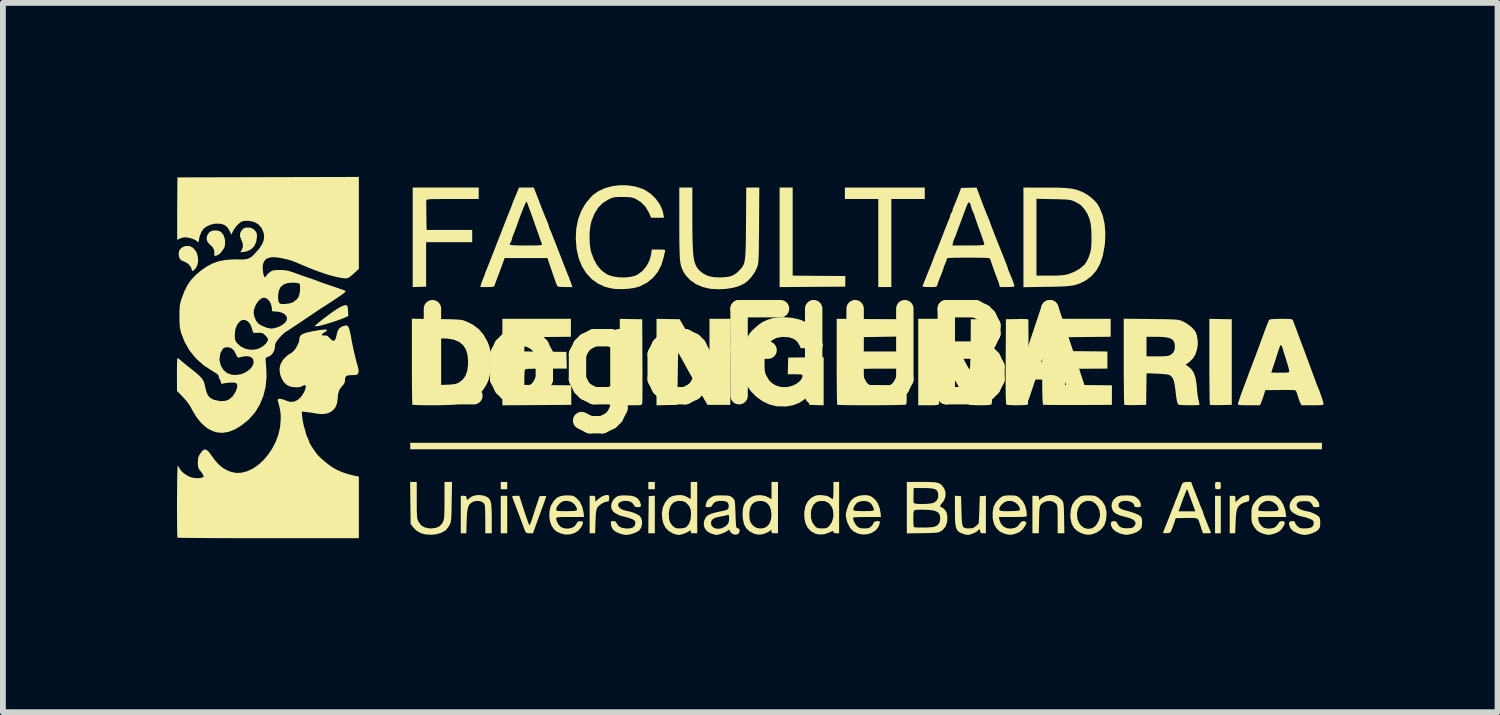
<source format=kicad_pcb>
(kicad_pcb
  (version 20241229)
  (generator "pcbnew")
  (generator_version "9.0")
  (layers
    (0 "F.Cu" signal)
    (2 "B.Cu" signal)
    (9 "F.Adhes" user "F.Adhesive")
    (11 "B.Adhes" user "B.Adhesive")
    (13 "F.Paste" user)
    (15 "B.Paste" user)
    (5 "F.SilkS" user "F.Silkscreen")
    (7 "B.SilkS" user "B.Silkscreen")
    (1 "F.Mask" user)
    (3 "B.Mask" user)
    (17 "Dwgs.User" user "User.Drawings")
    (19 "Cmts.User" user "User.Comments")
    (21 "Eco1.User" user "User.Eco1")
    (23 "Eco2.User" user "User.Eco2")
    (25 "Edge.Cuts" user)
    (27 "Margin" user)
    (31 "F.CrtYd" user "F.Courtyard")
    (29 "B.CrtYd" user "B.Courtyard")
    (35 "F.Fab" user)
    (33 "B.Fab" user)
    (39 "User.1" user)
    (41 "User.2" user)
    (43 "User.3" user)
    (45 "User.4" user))
  (footprint "LogoFIUBA"
    (layer "F.Cu")
    (at 9.869 3.093)
    (property "Reference" "LogoFIUBA" (at 0 0 0) (layer "F.SilkS") (effects (font (size 1.5 1.5) (thickness 0.3))))
    (attr board_only exclude_from_pos_files exclude_from_bom)
    (fp_poly (pts (xy -4.175 2.228) (xy -4.175 2.291) (xy -4.231 2.291) (xy -4.287 2.291) (xy -4.287 2.228) (xy -4.287 2.165) (xy -4.231 2.165) (xy -4.175 2.165)) (stroke (width 0) (type solid)) (fill yes) (layer "F.SilkS"))
    (fp_poly (pts (xy -4.175 2.727) (xy -4.175 3.05) (xy -4.231 3.05) (xy -4.287 3.05) (xy -4.287 2.727) (xy -4.287 2.404) (xy -4.231 2.404) (xy -4.175 2.404)) (stroke (width 0) (type solid)) (fill yes) (layer "F.SilkS"))
    (fp_poly (pts (xy -1.631 2.228) (xy -1.631 2.291) (xy -1.687 2.291) (xy -1.743 2.291) (xy -1.743 2.228) (xy -1.743 2.165) (xy -1.687 2.165) (xy -1.631 2.165)) (stroke (width 0) (type solid)) (fill yes) (layer "F.SilkS"))
    (fp_poly (pts (xy -1.631 2.726) (xy -1.631 3.05) (xy -1.687 3.05) (xy -1.744 3.05) (xy -1.74 2.73) (xy -1.736 2.411) (xy -1.683 2.406) (xy -1.631 2.402)) (stroke (width 0) (type solid)) (fill yes) (layer "F.SilkS"))
    (fp_poly (pts (xy 8.125 2.727) (xy 8.125 3.05) (xy 8.075 3.05) (xy 8.026 3.05) (xy 8.026 2.727) (xy 8.026 2.404) (xy 8.075 2.404) (xy 8.125 2.404)) (stroke (width 0) (type solid)) (fill yes) (layer "F.SilkS"))
    (fp_poly (pts (xy 9.868 1.546) (xy 9.868 1.602) (xy 2.01 1.602) (xy -5.847 1.602) (xy -5.847 1.546) (xy -5.847 1.49) (xy 2.01 1.49) (xy 9.868 1.49)) (stroke (width 0) (type solid)) (fill yes) (layer "F.SilkS"))
    (fp_poly (pts (xy 0.745 -2.151) (xy 0.745 -1.392) (xy 1.198 -1.388) (xy 1.652 -1.385) (xy 1.652 -1.293) (xy 1.652 -1.202) (xy 1.086 -1.198) (xy 0.52 -1.194) (xy 0.52 -2.052) (xy 0.52 -2.91) (xy 0.633 -2.91) (xy 0.745 -2.91)) (stroke (width 0) (type solid)) (fill yes) (layer "F.SilkS"))
    (fp_poly (pts (xy 3.022 -2.811) (xy 3.022 -2.713) (xy 2.734 -2.713) (xy 2.446 -2.713) (xy 2.446 -1.954) (xy 2.446 -1.195) (xy 2.333 -1.195) (xy 2.221 -1.195) (xy 2.221 -1.954) (xy 2.221 -2.713) (xy 1.933 -2.713) (xy 1.645 -2.713) (xy 1.645 -2.811) (xy 1.645 -2.91) (xy 2.333 -2.91) (xy 3.022 -2.91)) (stroke (width 0) (type solid)) (fill yes) (layer "F.SilkS"))
    (fp_poly (pts (xy 8.106 2.166) (xy 8.12 2.175) (xy 8.124 2.2) (xy 8.125 2.228) (xy 8.124 2.267) (xy 8.116 2.285) (xy 8.097 2.291) (xy 8.075 2.291) (xy 8.045 2.29) (xy 8.031 2.281) (xy 8.027 2.256) (xy 8.026 2.228) (xy 8.027 2.189) (xy 8.034 2.171) (xy 8.054 2.165) (xy 8.075 2.165)) (stroke (width 0) (type solid)) (fill yes) (layer "F.SilkS"))
    (fp_poly (pts (xy 8.121 -0.643) (xy 8.314 -0.64) (xy 8.314 0.098) (xy 8.314 0.836) (xy 8.131 0.84) (xy 8.062 0.841) (xy 8.003 0.84) (xy 7.96 0.838) (xy 7.939 0.835) (xy 7.938 0.834) (xy 7.936 0.819) (xy 7.934 0.778) (xy 7.932 0.714) (xy 7.931 0.63) (xy 7.93 0.529) (xy 7.929 0.412) (xy 7.928 0.284) (xy 7.928 0.145) (xy 7.928 0.089) (xy 7.928 -0.647)) (stroke (width 0) (type solid)) (fill yes) (layer "F.SilkS"))
    (fp_poly (pts (xy -2.042 -0.643) (xy -1.848 -0.64) (xy -1.845 0.07) (xy -1.844 0.21) (xy -1.844 0.342) (xy -1.844 0.463) (xy -1.844 0.57) (xy -1.845 0.662) (xy -1.845 0.734) (xy -1.847 0.784) (xy -1.848 0.81) (xy -1.848 0.812) (xy -1.852 0.824) (xy -1.861 0.833) (xy -1.878 0.839) (xy -1.909 0.842) (xy -1.957 0.843) (xy -2.028 0.843) (xy -2.045 0.843) (xy -2.235 0.843) (xy -2.235 0.098) (xy -2.235 -0.647)) (stroke (width 0) (type solid)) (fill yes) (layer "F.SilkS"))
    (fp_poly (pts (xy -9.647 -1.901) (xy -9.592 -1.872) (xy -9.545 -1.816) (xy -9.531 -1.792) (xy -9.508 -1.719) (xy -9.504 -1.642) (xy -9.518 -1.57) (xy -9.544 -1.522) (xy -9.577 -1.484) (xy -9.6 -1.47) (xy -9.612 -1.481) (xy -9.615 -1.499) (xy -9.626 -1.535) (xy -9.656 -1.574) (xy -9.697 -1.61) (xy -9.741 -1.633) (xy -9.755 -1.638) (xy -9.802 -1.66) (xy -9.83 -1.704) (xy -9.84 -1.768) (xy -9.828 -1.828) (xy -9.793 -1.871) (xy -9.737 -1.898) (xy -9.712 -1.903)) (stroke (width 0) (type solid)) (fill yes) (layer "F.SilkS"))
    (fp_poly (pts (xy -8.597 -2.217) (xy -8.56 -2.2) (xy -8.535 -2.18) (xy -8.508 -2.151) (xy -8.494 -2.122) (xy -8.49 -2.082) (xy -8.49 -2.064) (xy -8.501 -1.977) (xy -8.534 -1.904) (xy -8.586 -1.848) (xy -8.654 -1.813) (xy -8.706 -1.802) (xy -8.777 -1.795) (xy -8.753 -1.832) (xy -8.732 -1.888) (xy -8.736 -1.951) (xy -8.757 -2.003) (xy -8.781 -2.066) (xy -8.78 -2.12) (xy -8.756 -2.169) (xy -8.749 -2.178) (xy -8.721 -2.205) (xy -8.691 -2.218) (xy -8.647 -2.221)) (stroke (width 0) (type solid)) (fill yes) (layer "F.SilkS"))
    (fp_poly (pts (xy -6.933 -0.871) (xy -6.923 -0.836) (xy -6.919 -0.786) (xy -6.915 -0.695) (xy -6.968 -0.671) (xy -7.032 -0.645) (xy -7.108 -0.618) (xy -7.189 -0.59) (xy -7.269 -0.565) (xy -7.342 -0.544) (xy -7.403 -0.528) (xy -7.445 -0.521) (xy -7.455 -0.52) (xy -7.498 -0.52) (xy -7.449 -0.563) (xy -7.392 -0.611) (xy -7.324 -0.664) (xy -7.252 -0.717) (xy -7.182 -0.768) (xy -7.118 -0.811) (xy -7.068 -0.842) (xy -7.047 -0.853) (xy -6.991 -0.877) (xy -6.955 -0.884)) (stroke (width 0) (type solid)) (fill yes) (layer "F.SilkS"))
    (fp_poly (pts (xy -9.156 -2.166) (xy -9.113 -2.147) (xy -9.107 -2.143) (xy -9.065 -2.089) (xy -9.043 -2.021) (xy -9.038 -1.964) (xy -9.042 -1.909) (xy -9.056 -1.867) (xy -9.078 -1.833) (xy -9.114 -1.786) (xy -9.144 -1.758) (xy -9.175 -1.742) (xy -9.194 -1.736) (xy -9.219 -1.732) (xy -9.227 -1.743) (xy -9.224 -1.77) (xy -9.228 -1.833) (xy -9.259 -1.889) (xy -9.299 -1.926) (xy -9.341 -1.971) (xy -9.358 -2.025) (xy -9.35 -2.08) (xy -9.317 -2.132) (xy -9.305 -2.144) (xy -9.265 -2.164) (xy -9.211 -2.172)) (stroke (width 0) (type solid)) (fill yes) (layer "F.SilkS"))
    (fp_poly (pts (xy 8.611 2.402) (xy 8.617 2.44) (xy 8.617 2.444) (xy 8.615 2.48) (xy 8.603 2.498) (xy 8.574 2.507) (xy 8.564 2.509) (xy 8.517 2.523) (xy 8.474 2.545) (xy 8.473 2.547) (xy 8.442 2.573) (xy 8.419 2.603) (xy 8.403 2.644) (xy 8.392 2.698) (xy 8.385 2.771) (xy 8.381 2.857) (xy 8.374 3.05) (xy 8.326 3.05) (xy 8.279 3.05) (xy 8.279 2.727) (xy 8.279 2.404) (xy 8.328 2.404) (xy 8.36 2.405) (xy 8.374 2.416) (xy 8.378 2.443) (xy 8.378 2.46) (xy 8.378 2.516) (xy 8.432 2.462) (xy 8.498 2.413) (xy 8.572 2.391) (xy 8.597 2.39)) (stroke (width 0) (type solid)) (fill yes) (layer "F.SilkS"))
    (fp_poly (pts (xy -4.667 -2.811) (xy -4.667 -2.713) (xy -5.116 -2.713) (xy -5.24 -2.713) (xy -5.34 -2.712) (xy -5.417 -2.711) (xy -5.475 -2.71) (xy -5.516 -2.708) (xy -5.543 -2.705) (xy -5.559 -2.7) (xy -5.567 -2.695) (xy -5.569 -2.69) (xy -5.57 -2.669) (xy -5.571 -2.624) (xy -5.571 -2.562) (xy -5.57 -2.488) (xy -5.569 -2.423) (xy -5.565 -2.179) (xy -5.172 -2.179) (xy -4.779 -2.179) (xy -4.779 -2.073) (xy -4.779 -1.968) (xy -5.176 -1.968) (xy -5.573 -1.968) (xy -5.573 -1.585) (xy -5.573 -1.202) (xy -5.689 -1.198) (xy -5.805 -1.194) (xy -5.805 -2.052) (xy -5.805 -2.91) (xy -5.236 -2.91) (xy -4.667 -2.91)) (stroke (width 0) (type solid)) (fill yes) (layer "F.SilkS"))
    (fp_poly (pts (xy -2.43 2.393) (xy -2.42 2.408) (xy -2.418 2.442) (xy -2.418 2.446) (xy -2.42 2.482) (xy -2.429 2.499) (xy -2.448 2.502) (xy -2.494 2.512) (xy -2.546 2.538) (xy -2.593 2.573) (xy -2.621 2.605) (xy -2.632 2.628) (xy -2.64 2.658) (xy -2.646 2.7) (xy -2.65 2.759) (xy -2.653 2.84) (xy -2.654 2.85) (xy -2.66 3.05) (xy -2.707 3.05) (xy -2.755 3.05) (xy -2.755 2.727) (xy -2.755 2.404) (xy -2.706 2.404) (xy -2.673 2.406) (xy -2.66 2.418) (xy -2.657 2.448) (xy -2.657 2.454) (xy -2.657 2.505) (xy -2.606 2.46) (xy -2.543 2.415) (xy -2.484 2.392) (xy -2.452 2.39)) (stroke (width 0) (type solid)) (fill yes) (layer "F.SilkS"))
    (fp_poly (pts (xy -3.078 -0.492) (xy -3.078 -0.338) (xy -3.475 -0.334) (xy -3.873 -0.33) (xy -3.877 -0.208) (xy -3.881 -0.085) (xy -3.518 -0.081) (xy -3.156 -0.077) (xy -3.152 0.067) (xy -3.148 0.211) (xy -3.491 0.211) (xy -3.588 0.211) (xy -3.676 0.212) (xy -3.751 0.214) (xy -3.809 0.215) (xy -3.846 0.218) (xy -3.857 0.219) (xy -3.868 0.229) (xy -3.875 0.25) (xy -3.878 0.288) (xy -3.88 0.348) (xy -3.88 0.36) (xy -3.88 0.492) (xy -3.475 0.495) (xy -3.071 0.499) (xy -3.071 0.668) (xy -3.071 0.836) (xy -3.665 0.84) (xy -4.259 0.844) (xy -4.259 0.099) (xy -4.259 -0.647) (xy -3.669 -0.647) (xy -3.078 -0.647)) (stroke (width 0) (type solid)) (fill yes) (layer "F.SilkS"))
    (fp_poly (pts (xy 4.751 -0.644) (xy 4.787 -0.641) (xy 4.804 -0.635) (xy 4.808 -0.629) (xy 4.809 -0.58) (xy 4.809 -0.511) (xy 4.81 -0.424) (xy 4.81 -0.323) (xy 4.81 -0.211) (xy 4.809 -0.092) (xy 4.809 0.032) (xy 4.808 0.158) (xy 4.808 0.282) (xy 4.807 0.4) (xy 4.806 0.511) (xy 4.805 0.61) (xy 4.804 0.694) (xy 4.803 0.761) (xy 4.802 0.807) (xy 4.801 0.828) (xy 4.8 0.829) (xy 4.784 0.835) (xy 4.745 0.839) (xy 4.692 0.842) (xy 4.631 0.843) (xy 4.568 0.843) (xy 4.51 0.841) (xy 4.464 0.838) (xy 4.435 0.833) (xy 4.431 0.832) (xy 4.427 0.824) (xy 4.424 0.803) (xy 4.421 0.77) (xy 4.419 0.72) (xy 4.417 0.652) (xy 4.417 0.565) (xy 4.416 0.457) (xy 4.416 0.325) (xy 4.417 0.167) (xy 4.417 0.09) (xy 4.421 -0.64) (xy 4.614 -0.643) (xy 4.695 -0.645)) (stroke (width 0) (type solid)) (fill yes) (layer "F.SilkS"))
    (fp_poly (pts (xy -4.587 2.399) (xy -4.526 2.422) (xy -4.497 2.443) (xy -4.478 2.466) (xy -4.464 2.495) (xy -4.454 2.536) (xy -4.447 2.591) (xy -4.444 2.666) (xy -4.442 2.763) (xy -4.442 2.808) (xy -4.442 3.05) (xy -4.498 3.05) (xy -4.554 3.05) (xy -4.554 2.806) (xy -4.555 2.715) (xy -4.556 2.649) (xy -4.558 2.601) (xy -4.563 2.569) (xy -4.569 2.548) (xy -4.578 2.533) (xy -4.579 2.531) (xy -4.617 2.504) (xy -4.67 2.492) (xy -4.728 2.495) (xy -4.768 2.508) (xy -4.803 2.529) (xy -4.829 2.556) (xy -4.848 2.595) (xy -4.861 2.648) (xy -4.869 2.721) (xy -4.874 2.816) (xy -4.875 2.843) (xy -4.88 3.05) (xy -4.928 3.05) (xy -4.976 3.05) (xy -4.976 2.727) (xy -4.976 2.404) (xy -4.927 2.404) (xy -4.894 2.406) (xy -4.88 2.418) (xy -4.878 2.439) (xy -4.872 2.468) (xy -4.856 2.471) (xy -4.834 2.451) (xy -4.788 2.416) (xy -4.726 2.396) (xy -4.657 2.39)) (stroke (width 0) (type solid)) (fill yes) (layer "F.SilkS"))
    (fp_poly (pts (xy -3.885 2.657) (xy -3.859 2.736) (xy -3.835 2.804) (xy -3.815 2.859) (xy -3.801 2.896) (xy -3.794 2.91) (xy -3.793 2.91) (xy -3.783 2.897) (xy -3.767 2.859) (xy -3.746 2.8) (xy -3.721 2.721) (xy -3.718 2.713) (xy -3.704 2.67) (xy -3.685 2.61) (xy -3.664 2.547) (xy -3.658 2.53) (xy -3.618 2.411) (xy -3.557 2.406) (xy -3.518 2.406) (xy -3.503 2.412) (xy -3.503 2.42) (xy -3.51 2.438) (xy -3.525 2.479) (xy -3.546 2.538) (xy -3.573 2.611) (xy -3.603 2.695) (xy -3.621 2.744) (xy -3.732 3.05) (xy -3.792 3.05) (xy -3.833 3.047) (xy -3.854 3.036) (xy -3.865 3.019) (xy -3.877 2.988) (xy -3.894 2.943) (xy -3.906 2.91) (xy -3.941 2.816) (xy -3.977 2.718) (xy -4.013 2.625) (xy -4.044 2.543) (xy -4.057 2.508) (xy -4.074 2.463) (xy -4.086 2.428) (xy -4.09 2.413) (xy -4.078 2.407) (xy -4.046 2.404) (xy -4.029 2.404) (xy -3.967 2.404)) (stroke (width 0) (type solid)) (fill yes) (layer "F.SilkS"))
    (fp_poly (pts (xy 5.254 2.395) (xy 5.321 2.42) (xy 5.375 2.464) (xy 5.38 2.47) (xy 5.394 2.489) (xy 5.404 2.506) (xy 5.411 2.527) (xy 5.416 2.557) (xy 5.419 2.599) (xy 5.421 2.658) (xy 5.423 2.738) (xy 5.424 2.786) (xy 5.429 3.05) (xy 5.371 3.05) (xy 5.313 3.05) (xy 5.313 2.813) (xy 5.313 2.725) (xy 5.312 2.661) (xy 5.31 2.615) (xy 5.305 2.584) (xy 5.299 2.563) (xy 5.29 2.547) (xy 5.285 2.54) (xy 5.243 2.508) (xy 5.188 2.493) (xy 5.129 2.496) (xy 5.073 2.515) (xy 5.029 2.55) (xy 5.025 2.555) (xy 5.014 2.572) (xy 5.007 2.594) (xy 5.001 2.625) (xy 4.997 2.669) (xy 4.995 2.732) (xy 4.993 2.818) (xy 4.993 2.822) (xy 4.988 3.05) (xy 4.933 3.05) (xy 4.878 3.05) (xy 4.878 2.727) (xy 4.878 2.404) (xy 4.934 2.404) (xy 4.97 2.405) (xy 4.986 2.415) (xy 4.99 2.436) (xy 4.99 2.44) (xy 4.99 2.477) (xy 5.042 2.438) (xy 5.107 2.403) (xy 5.18 2.389)) (stroke (width 0) (type solid)) (fill yes) (layer "F.SilkS"))
    (fp_poly (pts (xy 6.227 -0.492) (xy 6.227 -0.338) (xy 5.837 -0.334) (xy 5.447 -0.33) (xy 5.447 -0.211) (xy 5.447 -0.091) (xy 5.809 -0.088) (xy 6.171 -0.084) (xy 6.171 0.063) (xy 6.171 0.211) (xy 5.844 0.213) (xy 5.751 0.213) (xy 5.667 0.213) (xy 5.596 0.213) (xy 5.543 0.213) (xy 5.512 0.212) (xy 5.505 0.212) (xy 5.483 0.214) (xy 5.467 0.218) (xy 5.454 0.225) (xy 5.446 0.24) (xy 5.442 0.268) (xy 5.44 0.315) (xy 5.44 0.359) (xy 5.44 0.492) (xy 5.844 0.495) (xy 6.248 0.499) (xy 6.248 0.668) (xy 6.248 0.836) (xy 5.665 0.839) (xy 5.539 0.839) (xy 5.422 0.839) (xy 5.316 0.839) (xy 5.225 0.838) (xy 5.151 0.837) (xy 5.098 0.836) (xy 5.069 0.835) (xy 5.064 0.834) (xy 5.06 0.827) (xy 5.056 0.807) (xy 5.054 0.773) (xy 5.051 0.722) (xy 5.049 0.654) (xy 5.048 0.565) (xy 5.047 0.455) (xy 5.047 0.321) (xy 5.046 0.162) (xy 5.046 0.09) (xy 5.046 -0.647) (xy 5.637 -0.647) (xy 6.227 -0.647)) (stroke (width 0) (type solid)) (fill yes) (layer "F.SilkS"))
    (fp_poly (pts (xy -5.735 2.477) (xy -5.735 2.579) (xy -5.734 2.658) (xy -5.732 2.717) (xy -5.73 2.761) (xy -5.725 2.793) (xy -5.719 2.818) (xy -5.71 2.839) (xy -5.705 2.849) (xy -5.663 2.909) (xy -5.602 2.947) (xy -5.523 2.965) (xy -5.49 2.966) (xy -5.408 2.957) (xy -5.346 2.931) (xy -5.301 2.885) (xy -5.287 2.861) (xy -5.277 2.84) (xy -5.27 2.817) (xy -5.265 2.79) (xy -5.261 2.753) (xy -5.259 2.703) (xy -5.258 2.635) (xy -5.257 2.546) (xy -5.257 2.483) (xy -5.257 2.165) (xy -5.192 2.165) (xy -5.127 2.165) (xy -5.133 2.506) (xy -5.135 2.613) (xy -5.136 2.696) (xy -5.139 2.759) (xy -5.142 2.806) (xy -5.146 2.84) (xy -5.152 2.866) (xy -5.16 2.887) (xy -5.17 2.908) (xy -5.17 2.908) (xy -5.198 2.952) (xy -5.228 2.989) (xy -5.239 3) (xy -5.311 3.041) (xy -5.398 3.067) (xy -5.494 3.076) (xy -5.589 3.068) (xy -5.661 3.049) (xy -5.732 3.01) (xy -5.788 2.956) (xy -5.84 2.891) (xy -5.845 2.528) (xy -5.849 2.165) (xy -5.792 2.165) (xy -5.735 2.165)) (stroke (width 0) (type solid)) (fill yes) (layer "F.SilkS"))
    (fp_poly (pts (xy 4.076 2.726) (xy 4.076 3.05) (xy 4.027 3.05) (xy 3.994 3.048) (xy 3.98 3.036) (xy 3.978 3.015) (xy 3.972 2.988) (xy 3.957 2.981) (xy 3.942 2.998) (xy 3.941 3) (xy 3.924 3.017) (xy 3.888 3.038) (xy 3.844 3.058) (xy 3.799 3.072) (xy 3.765 3.078) (xy 3.765 3.078) (xy 3.73 3.073) (xy 3.686 3.061) (xy 3.679 3.058) (xy 3.637 3.041) (xy 3.604 3.021) (xy 3.58 2.994) (xy 3.563 2.957) (xy 3.552 2.906) (xy 3.545 2.838) (xy 3.543 2.748) (xy 3.542 2.656) (xy 3.542 2.402) (xy 3.595 2.406) (xy 3.648 2.411) (xy 3.655 2.667) (xy 3.658 2.765) (xy 3.662 2.839) (xy 3.668 2.892) (xy 3.679 2.928) (xy 3.695 2.949) (xy 3.719 2.961) (xy 3.751 2.965) (xy 3.789 2.965) (xy 3.837 2.963) (xy 3.872 2.95) (xy 3.905 2.925) (xy 3.933 2.898) (xy 3.95 2.882) (xy 3.952 2.879) (xy 3.953 2.864) (xy 3.955 2.826) (xy 3.958 2.769) (xy 3.961 2.699) (xy 3.963 2.643) (xy 3.971 2.411) (xy 4.024 2.406) (xy 4.076 2.402)) (stroke (width 0) (type solid)) (fill yes) (layer "F.SilkS"))
    (fp_poly (pts (xy 2.098 -0.643) (xy 2.692 -0.64) (xy 2.692 -0.492) (xy 2.692 -0.344) (xy 2.298 -0.337) (xy 1.905 -0.33) (xy 1.901 -0.207) (xy 1.897 -0.084) (xy 2.256 -0.084) (xy 2.615 -0.084) (xy 2.611 0.064) (xy 2.607 0.212) (xy 2.273 0.212) (xy 2.178 0.212) (xy 2.092 0.213) (xy 2.019 0.215) (xy 1.963 0.216) (xy 1.928 0.218) (xy 1.919 0.22) (xy 1.908 0.23) (xy 1.902 0.254) (xy 1.899 0.296) (xy 1.898 0.36) (xy 1.898 0.492) (xy 2.302 0.495) (xy 2.706 0.499) (xy 2.71 0.66) (xy 2.711 0.735) (xy 2.709 0.787) (xy 2.704 0.818) (xy 2.696 0.832) (xy 2.678 0.834) (xy 2.636 0.836) (xy 2.574 0.838) (xy 2.494 0.84) (xy 2.401 0.841) (xy 2.298 0.842) (xy 2.189 0.843) (xy 2.077 0.843) (xy 1.966 0.843) (xy 1.859 0.843) (xy 1.76 0.842) (xy 1.673 0.841) (xy 1.602 0.839) (xy 1.549 0.838) (xy 1.519 0.835) (xy 1.513 0.834) (xy 1.512 0.819) (xy 1.51 0.778) (xy 1.508 0.714) (xy 1.507 0.63) (xy 1.506 0.529) (xy 1.505 0.412) (xy 1.504 0.284) (xy 1.504 0.145) (xy 1.504 0.089) (xy 1.504 -0.647)) (stroke (width 0) (type solid)) (fill yes) (layer "F.SilkS"))
    (fp_poly (pts (xy 5.902 2.398) (xy 5.942 2.402) (xy 5.973 2.412) (xy 6.004 2.43) (xy 6.018 2.439) (xy 6.087 2.503) (xy 6.132 2.581) (xy 6.154 2.675) (xy 6.156 2.724) (xy 6.146 2.828) (xy 6.116 2.915) (xy 6.063 2.983) (xy 5.989 3.035) (xy 5.947 3.053) (xy 5.877 3.073) (xy 5.813 3.074) (xy 5.742 3.056) (xy 5.732 3.053) (xy 5.651 3.011) (xy 5.59 2.952) (xy 5.551 2.875) (xy 5.533 2.779) (xy 5.532 2.741) (xy 5.533 2.727) (xy 5.646 2.727) (xy 5.655 2.806) (xy 5.683 2.874) (xy 5.725 2.926) (xy 5.777 2.96) (xy 5.836 2.974) (xy 5.898 2.965) (xy 5.946 2.94) (xy 5.983 2.901) (xy 6.015 2.845) (xy 6.037 2.782) (xy 6.044 2.732) (xy 6.034 2.655) (xy 6.005 2.587) (xy 5.961 2.534) (xy 5.906 2.5) (xy 5.887 2.495) (xy 5.816 2.491) (xy 5.753 2.513) (xy 5.702 2.556) (xy 5.666 2.618) (xy 5.647 2.695) (xy 5.646 2.727) (xy 5.533 2.727) (xy 5.54 2.637) (xy 5.567 2.552) (xy 5.615 2.483) (xy 5.686 2.424) (xy 5.686 2.424) (xy 5.716 2.409) (xy 5.754 2.401) (xy 5.808 2.397) (xy 5.843 2.397)) (stroke (width 0) (type solid)) (fill yes) (layer "F.SilkS"))
    (fp_poly (pts (xy -1.403 -0.643) (xy -1.203 -0.64) (xy -1.085 -0.436) (xy -1.045 -0.365) (xy -1.009 -0.3) (xy -0.979 -0.246) (xy -0.96 -0.207) (xy -0.953 -0.193) (xy -0.939 -0.166) (xy -0.926 -0.155) (xy -0.914 -0.144) (xy -0.914 -0.14) (xy -0.907 -0.122) (xy -0.889 -0.086) (xy -0.863 -0.038) (xy -0.831 0.018) (xy -0.797 0.076) (xy -0.765 0.131) (xy -0.736 0.178) (xy -0.714 0.211) (xy -0.702 0.225) (xy -0.701 0.225) (xy -0.698 0.211) (xy -0.695 0.173) (xy -0.693 0.113) (xy -0.691 0.035) (xy -0.69 -0.057) (xy -0.689 -0.162) (xy -0.689 -0.211) (xy -0.689 -0.647) (xy -0.506 -0.647) (xy -0.323 -0.647) (xy -0.327 0.095) (xy -0.33 0.836) (xy -0.526 0.836) (xy -0.723 0.836) (xy -0.781 0.738) (xy -0.815 0.678) (xy -0.855 0.606) (xy -0.894 0.536) (xy -0.903 0.52) (xy -0.937 0.457) (xy -0.971 0.395) (xy -1 0.344) (xy -1.008 0.33) (xy -1.035 0.284) (xy -1.068 0.224) (xy -1.102 0.162) (xy -1.11 0.148) (xy -1.141 0.09) (xy -1.171 0.036) (xy -1.195 -0.005) (xy -1.2 -0.014) (xy -1.23 -0.063) (xy -1.237 0.387) (xy -1.244 0.836) (xy -1.423 0.84) (xy -1.602 0.844) (xy -1.602 0.098) (xy -1.602 -0.647)) (stroke (width 0) (type solid)) (fill yes) (layer "F.SilkS"))
    (fp_poly (pts (xy 0.492 2.607) (xy 0.492 3.05) (xy 0.436 3.05) (xy 0.4 3.048) (xy 0.383 3.039) (xy 0.379 3.017) (xy 0.378 3.012) (xy 0.376 2.99) (xy 0.37 2.991) (xy 0.37 2.991) (xy 0.35 3.012) (xy 0.311 3.035) (xy 0.262 3.055) (xy 0.211 3.069) (xy 0.193 3.071) (xy 0.138 3.071) (xy 0.085 3.059) (xy 0.082 3.058) (xy 0.002 3.017) (xy -0.056 2.963) (xy -0.094 2.892) (xy -0.114 2.802) (xy -0.118 2.729) (xy -0.002 2.729) (xy 0.002 2.802) (xy 0.018 2.858) (xy 0.05 2.903) (xy 0.082 2.934) (xy 0.13 2.959) (xy 0.19 2.967) (xy 0.25 2.959) (xy 0.295 2.938) (xy 0.342 2.887) (xy 0.37 2.817) (xy 0.38 2.733) (xy 0.37 2.644) (xy 0.342 2.574) (xy 0.298 2.524) (xy 0.238 2.496) (xy 0.165 2.493) (xy 0.156 2.494) (xy 0.09 2.513) (xy 0.043 2.551) (xy 0.013 2.609) (xy -0.001 2.688) (xy -0.002 2.729) (xy -0.118 2.729) (xy -0.118 2.727) (xy -0.114 2.639) (xy -0.099 2.571) (xy -0.07 2.514) (xy -0.026 2.462) (xy -0.024 2.46) (xy 0.037 2.419) (xy 0.111 2.396) (xy 0.193 2.392) (xy 0.273 2.407) (xy 0.327 2.432) (xy 0.38 2.463) (xy 0.38 2.314) (xy 0.38 2.165) (xy 0.436 2.165) (xy 0.492 2.165)) (stroke (width 0) (type solid)) (fill yes) (layer "F.SilkS"))
    (fp_poly (pts (xy -0.9 2.607) (xy -0.9 3.05) (xy -0.956 3.05) (xy -0.992 3.048) (xy -1.009 3.039) (xy -1.012 3.02) (xy -1.014 2.999) (xy -1.026 3.002) (xy -1.037 3.011) (xy -1.076 3.035) (xy -1.129 3.057) (xy -1.183 3.073) (xy -1.22 3.078) (xy -1.257 3.072) (xy -1.303 3.058) (xy -1.316 3.053) (xy -1.392 3.011) (xy -1.448 2.952) (xy -1.486 2.875) (xy -1.502 2.808) (xy -1.51 2.704) (xy -1.509 2.704) (xy -1.391 2.704) (xy -1.386 2.797) (xy -1.385 2.803) (xy -1.368 2.862) (xy -1.333 2.911) (xy -1.327 2.917) (xy -1.296 2.945) (xy -1.268 2.96) (xy -1.231 2.965) (xy -1.198 2.966) (xy -1.133 2.96) (xy -1.091 2.944) (xy -1.087 2.941) (xy -1.042 2.887) (xy -1.016 2.814) (xy -1.007 2.723) (xy -1.01 2.666) (xy -1.017 2.627) (xy -1.033 2.592) (xy -1.049 2.569) (xy -1.095 2.52) (xy -1.152 2.495) (xy -1.224 2.492) (xy -1.246 2.495) (xy -1.304 2.516) (xy -1.348 2.56) (xy -1.377 2.624) (xy -1.391 2.704) (xy -1.509 2.704) (xy -1.494 2.607) (xy -1.456 2.521) (xy -1.398 2.451) (xy -1.375 2.432) (xy -1.335 2.41) (xy -1.282 2.398) (xy -1.238 2.393) (xy -1.182 2.391) (xy -1.141 2.397) (xy -1.103 2.411) (xy -1.079 2.423) (xy -1.012 2.459) (xy -1.012 2.312) (xy -1.012 2.165) (xy -0.956 2.165) (xy -0.9 2.165)) (stroke (width 0) (type solid)) (fill yes) (layer "F.SilkS"))
    (fp_poly (pts (xy 1.546 2.607) (xy 1.546 3.05) (xy 1.497 3.05) (xy 1.461 3.046) (xy 1.448 3.031) (xy 1.448 3.029) (xy 1.446 3.014) (xy 1.437 3.01) (xy 1.414 3.018) (xy 1.377 3.036) (xy 1.289 3.067) (xy 1.198 3.07) (xy 1.134 3.055) (xy 1.06 3.015) (xy 1.004 2.955) (xy 0.965 2.875) (xy 0.946 2.779) (xy 0.946 2.778) (xy 1.06 2.778) (xy 1.082 2.858) (xy 1.124 2.921) (xy 1.126 2.923) (xy 1.154 2.948) (xy 1.182 2.961) (xy 1.221 2.965) (xy 1.251 2.966) (xy 1.301 2.964) (xy 1.333 2.956) (xy 1.36 2.938) (xy 1.376 2.923) (xy 1.419 2.861) (xy 1.443 2.781) (xy 1.448 2.727) (xy 1.438 2.643) (xy 1.408 2.575) (xy 1.362 2.525) (xy 1.301 2.497) (xy 1.285 2.494) (xy 1.209 2.494) (xy 1.147 2.517) (xy 1.1 2.564) (xy 1.07 2.633) (xy 1.06 2.685) (xy 1.06 2.778) (xy 0.946 2.778) (xy 0.945 2.684) (xy 0.963 2.585) (xy 1.002 2.504) (xy 1.061 2.443) (xy 1.096 2.421) (xy 1.137 2.402) (xy 1.175 2.393) (xy 1.223 2.392) (xy 1.253 2.393) (xy 1.319 2.402) (xy 1.365 2.417) (xy 1.385 2.43) (xy 1.414 2.45) (xy 1.434 2.46) (xy 1.436 2.46) (xy 1.441 2.447) (xy 1.445 2.411) (xy 1.447 2.36) (xy 1.448 2.312) (xy 1.448 2.165) (xy 1.497 2.165) (xy 1.546 2.165)) (stroke (width 0) (type solid)) (fill yes) (layer "F.SilkS"))
    (fp_poly (pts (xy -3.09 2.398) (xy -3.052 2.402) (xy -3.023 2.413) (xy -2.995 2.432) (xy -2.985 2.44) (xy -2.925 2.505) (xy -2.883 2.59) (xy -2.86 2.688) (xy -2.85 2.769) (xy -3.091 2.769) (xy -3.178 2.769) (xy -3.241 2.77) (xy -3.284 2.772) (xy -3.311 2.775) (xy -3.325 2.78) (xy -3.331 2.788) (xy -3.331 2.797) (xy -3.32 2.846) (xy -3.292 2.897) (xy -3.255 2.937) (xy -3.243 2.945) (xy -3.188 2.966) (xy -3.128 2.969) (xy -3.07 2.959) (xy -3.021 2.934) (xy -2.99 2.899) (xy -2.985 2.889) (xy -2.966 2.856) (xy -2.933 2.842) (xy -2.906 2.84) (xy -2.878 2.846) (xy -2.868 2.866) (xy -2.879 2.903) (xy -2.9 2.945) (xy -2.949 3.004) (xy -3.015 3.046) (xy -3.093 3.069) (xy -3.178 3.071) (xy -3.256 3.052) (xy -3.321 3.022) (xy -3.367 2.984) (xy -3.406 2.928) (xy -3.417 2.908) (xy -3.438 2.845) (xy -3.449 2.767) (xy -3.448 2.687) (xy -3.442 2.646) (xy -3.33 2.646) (xy -3.323 2.661) (xy -3.305 2.665) (xy -3.266 2.667) (xy -3.214 2.668) (xy -3.154 2.669) (xy -3.094 2.667) (xy -3.04 2.665) (xy -3 2.662) (xy -2.982 2.658) (xy -2.972 2.642) (xy -2.979 2.611) (xy -2.98 2.607) (xy -3.016 2.549) (xy -3.07 2.509) (xy -3.137 2.491) (xy -3.198 2.494) (xy -3.238 2.51) (xy -3.275 2.54) (xy -3.306 2.576) (xy -3.326 2.614) (xy -3.33 2.646) (xy -3.442 2.646) (xy -3.436 2.613) (xy -3.418 2.565) (xy -3.372 2.491) (xy -3.323 2.441) (xy -3.264 2.411) (xy -3.191 2.398) (xy -3.146 2.397)) (stroke (width 0) (type solid)) (fill yes) (layer "F.SilkS"))
    (fp_poly (pts (xy 4.55 2.398) (xy 4.589 2.402) (xy 4.618 2.412) (xy 4.646 2.429) (xy 4.655 2.436) (xy 4.708 2.492) (xy 4.749 2.567) (xy 4.774 2.652) (xy 4.781 2.74) (xy 4.781 2.752) (xy 4.773 2.758) (xy 4.749 2.763) (xy 4.707 2.767) (xy 4.642 2.768) (xy 4.553 2.769) (xy 4.539 2.769) (xy 4.299 2.769) (xy 4.309 2.815) (xy 4.336 2.886) (xy 4.382 2.936) (xy 4.444 2.963) (xy 4.502 2.969) (xy 4.573 2.958) (xy 4.625 2.928) (xy 4.66 2.881) (xy 4.69 2.848) (xy 4.729 2.839) (xy 4.763 2.852) (xy 4.773 2.864) (xy 4.769 2.886) (xy 4.754 2.918) (xy 4.711 2.983) (xy 4.655 3.028) (xy 4.592 3.056) (xy 4.539 3.071) (xy 4.494 3.076) (xy 4.446 3.07) (xy 4.393 3.056) (xy 4.315 3.02) (xy 4.256 2.962) (xy 4.215 2.886) (xy 4.193 2.792) (xy 4.192 2.686) (xy 4.2 2.643) (xy 4.306 2.643) (xy 4.319 2.658) (xy 4.351 2.666) (xy 4.403 2.669) (xy 4.48 2.668) (xy 4.498 2.668) (xy 4.568 2.666) (xy 4.614 2.663) (xy 4.642 2.658) (xy 4.657 2.652) (xy 4.663 2.641) (xy 4.664 2.636) (xy 4.657 2.608) (xy 4.637 2.572) (xy 4.625 2.556) (xy 4.573 2.512) (xy 4.512 2.492) (xy 4.449 2.494) (xy 4.389 2.518) (xy 4.34 2.563) (xy 4.322 2.59) (xy 4.308 2.621) (xy 4.306 2.643) (xy 4.2 2.643) (xy 4.209 2.593) (xy 4.248 2.516) (xy 4.31 2.45) (xy 4.324 2.438) (xy 4.354 2.417) (xy 4.382 2.405) (xy 4.417 2.399) (xy 4.467 2.397) (xy 4.491 2.397)) (stroke (width 0) (type solid)) (fill yes) (layer "F.SilkS"))
    (fp_poly (pts (xy -2.047 2.402) (xy -1.979 2.417) (xy -1.931 2.446) (xy -1.897 2.488) (xy -1.892 2.498) (xy -1.872 2.548) (xy -1.87 2.58) (xy -1.888 2.596) (xy -1.922 2.6) (xy -1.96 2.597) (xy -1.981 2.581) (xy -1.993 2.559) (xy -2.025 2.521) (xy -2.075 2.497) (xy -2.139 2.49) (xy -2.167 2.492) (xy -2.223 2.507) (xy -2.255 2.532) (xy -2.265 2.563) (xy -2.253 2.595) (xy -2.222 2.625) (xy -2.171 2.65) (xy -2.116 2.663) (xy -2.05 2.678) (xy -1.98 2.702) (xy -1.921 2.73) (xy -1.901 2.743) (xy -1.868 2.782) (xy -1.852 2.835) (xy -1.852 2.895) (xy -1.867 2.952) (xy -1.898 2.999) (xy -1.904 3.004) (xy -1.946 3.03) (xy -2.005 3.054) (xy -2.068 3.071) (xy -2.125 3.078) (xy -2.129 3.078) (xy -2.167 3.073) (xy -2.217 3.06) (xy -2.244 3.051) (xy -2.312 3.02) (xy -2.356 2.982) (xy -2.38 2.933) (xy -2.386 2.901) (xy -2.39 2.863) (xy -2.385 2.845) (xy -2.367 2.84) (xy -2.348 2.839) (xy -2.313 2.845) (xy -2.294 2.866) (xy -2.287 2.88) (xy -2.256 2.926) (xy -2.204 2.954) (xy -2.129 2.967) (xy -2.118 2.968) (xy -2.047 2.963) (xy -1.999 2.944) (xy -1.973 2.909) (xy -1.968 2.876) (xy -1.97 2.847) (xy -1.983 2.828) (xy -2.011 2.811) (xy -2.035 2.801) (xy -2.087 2.782) (xy -2.141 2.767) (xy -2.158 2.764) (xy -2.237 2.743) (xy -2.31 2.706) (xy -2.343 2.681) (xy -2.375 2.635) (xy -2.385 2.579) (xy -2.374 2.521) (xy -2.342 2.466) (xy -2.309 2.435) (xy -2.281 2.416) (xy -2.255 2.405) (xy -2.221 2.399) (xy -2.171 2.397) (xy -2.137 2.397)) (stroke (width 0) (type solid)) (fill yes) (layer "F.SilkS"))
    (fp_poly (pts (xy 3.473 -0.342) (xy 3.522 -0.256) (xy 3.568 -0.176) (xy 3.608 -0.106) (xy 3.639 -0.051) (xy 3.661 -0.012) (xy 3.669 0.002) (xy 3.686 0.035) (xy 3.711 0.082) (xy 3.738 0.133) (xy 3.738 0.133) (xy 3.763 0.178) (xy 3.784 0.21) (xy 3.797 0.225) (xy 3.798 0.225) (xy 3.801 0.211) (xy 3.804 0.173) (xy 3.806 0.114) (xy 3.809 0.036) (xy 3.811 -0.056) (xy 3.812 -0.159) (xy 3.813 -0.207) (xy 3.816 -0.64) (xy 3.999 -0.64) (xy 4.182 -0.64) (xy 4.185 0.083) (xy 4.186 0.26) (xy 4.186 0.41) (xy 4.186 0.534) (xy 4.185 0.635) (xy 4.183 0.712) (xy 4.181 0.769) (xy 4.178 0.805) (xy 4.174 0.823) (xy 4.173 0.824) (xy 4.158 0.833) (xy 4.127 0.839) (xy 4.076 0.842) (xy 4.002 0.843) (xy 3.98 0.843) (xy 3.911 0.842) (xy 3.852 0.84) (xy 3.809 0.837) (xy 3.787 0.833) (xy 3.786 0.833) (xy 3.774 0.817) (xy 3.751 0.781) (xy 3.722 0.732) (xy 3.69 0.675) (xy 3.652 0.605) (xy 3.612 0.534) (xy 3.577 0.471) (xy 3.557 0.436) (xy 3.523 0.376) (xy 3.484 0.306) (xy 3.448 0.241) (xy 3.447 0.239) (xy 3.411 0.173) (xy 3.37 0.1) (xy 3.333 0.036) (xy 3.333 0.035) (xy 3.276 -0.063) (xy 3.275 0.368) (xy 3.275 0.476) (xy 3.274 0.576) (xy 3.273 0.663) (xy 3.271 0.735) (xy 3.27 0.787) (xy 3.267 0.817) (xy 3.267 0.821) (xy 3.259 0.831) (xy 3.241 0.837) (xy 3.209 0.841) (xy 3.157 0.843) (xy 3.084 0.843) (xy 2.91 0.843) (xy 2.91 0.098) (xy 2.91 -0.647) (xy 3.104 -0.647) (xy 3.298 -0.647)) (stroke (width 0) (type solid)) (fill yes) (layer "F.SilkS"))
    (fp_poly (pts (xy -5.394 -0.643) (xy -5.273 -0.642) (xy -5.176 -0.64) (xy -5.101 -0.638) (xy -5.043 -0.635) (xy -4.998 -0.632) (xy -4.964 -0.628) (xy -4.937 -0.622) (xy -4.912 -0.614) (xy -4.888 -0.605) (xy -4.885 -0.604) (xy -4.765 -0.545) (xy -4.667 -0.471) (xy -4.587 -0.379) (xy -4.522 -0.266) (xy -4.496 -0.204) (xy -4.483 -0.167) (xy -4.474 -0.133) (xy -4.468 -0.093) (xy -4.465 -0.042) (xy -4.463 0.026) (xy -4.463 0.091) (xy -4.465 0.196) (xy -4.47 0.28) (xy -4.481 0.349) (xy -4.499 0.41) (xy -4.525 0.47) (xy -4.552 0.52) (xy -4.606 0.596) (xy -4.677 0.669) (xy -4.755 0.73) (xy -4.796 0.754) (xy -4.853 0.78) (xy -4.914 0.801) (xy -4.983 0.816) (xy -5.064 0.828) (xy -5.16 0.836) (xy -5.275 0.841) (xy -5.413 0.843) (xy -5.455 0.843) (xy -5.551 0.843) (xy -5.637 0.842) (xy -5.71 0.84) (xy -5.766 0.838) (xy -5.8 0.836) (xy -5.81 0.834) (xy -5.812 0.819) (xy -5.813 0.778) (xy -5.815 0.714) (xy -5.816 0.63) (xy -5.818 0.528) (xy -5.818 0.412) (xy -5.819 0.283) (xy -5.819 0.145) (xy -5.819 0.088) (xy -5.819 -0.309) (xy -5.426 -0.309) (xy -5.426 0.093) (xy -5.426 0.495) (xy -5.247 0.49) (xy -5.169 0.487) (xy -5.113 0.482) (xy -5.073 0.476) (xy -5.042 0.467) (xy -5.014 0.454) (xy -5.009 0.451) (xy -4.944 0.402) (xy -4.896 0.336) (xy -4.866 0.253) (xy -4.851 0.148) (xy -4.85 0.092) (xy -4.859 -0.023) (xy -4.887 -0.117) (xy -4.935 -0.192) (xy -5.003 -0.248) (xy -5.091 -0.286) (xy -5.202 -0.306) (xy -5.286 -0.309) (xy -5.426 -0.309) (xy -5.819 -0.309) (xy -5.819 -0.649)) (stroke (width 0) (type solid)) (fill yes) (layer "F.SilkS"))
    (fp_poly (pts (xy -0.984 -2.386) (xy -0.984 -2.213) (xy -0.982 -2.067) (xy -0.979 -1.943) (xy -0.974 -1.84) (xy -0.968 -1.755) (xy -0.958 -1.685) (xy -0.946 -1.629) (xy -0.931 -1.582) (xy -0.912 -1.544) (xy -0.889 -1.511) (xy -0.862 -1.481) (xy -0.856 -1.475) (xy -0.788 -1.421) (xy -0.709 -1.385) (xy -0.616 -1.365) (xy -0.508 -1.36) (xy -0.413 -1.365) (xy -0.339 -1.377) (xy -0.278 -1.4) (xy -0.225 -1.435) (xy -0.189 -1.468) (xy -0.161 -1.496) (xy -0.138 -1.522) (xy -0.118 -1.548) (xy -0.103 -1.576) (xy -0.09 -1.611) (xy -0.081 -1.653) (xy -0.074 -1.707) (xy -0.069 -1.774) (xy -0.065 -1.858) (xy -0.063 -1.961) (xy -0.061 -2.085) (xy -0.06 -2.234) (xy -0.059 -2.295) (xy -0.055 -2.91) (xy 0.058 -2.91) (xy 0.17 -2.91) (xy 0.166 -2.26) (xy 0.165 -2.108) (xy 0.163 -1.981) (xy 0.162 -1.877) (xy 0.161 -1.793) (xy 0.159 -1.727) (xy 0.157 -1.675) (xy 0.154 -1.634) (xy 0.15 -1.603) (xy 0.146 -1.579) (xy 0.14 -1.558) (xy 0.133 -1.538) (xy 0.127 -1.522) (xy 0.086 -1.441) (xy 0.029 -1.362) (xy -0.037 -1.294) (xy -0.085 -1.257) (xy -0.174 -1.214) (xy -0.282 -1.182) (xy -0.404 -1.163) (xy -0.532 -1.156) (xy -0.661 -1.164) (xy -0.682 -1.166) (xy -0.809 -1.196) (xy -0.924 -1.246) (xy -1.022 -1.315) (xy -1.101 -1.4) (xy -1.136 -1.455) (xy -1.152 -1.487) (xy -1.166 -1.52) (xy -1.178 -1.554) (xy -1.187 -1.594) (xy -1.194 -1.642) (xy -1.2 -1.7) (xy -1.203 -1.772) (xy -1.206 -1.86) (xy -1.208 -1.967) (xy -1.209 -2.096) (xy -1.209 -2.25) (xy -1.209 -2.297) (xy -1.209 -2.91) (xy -1.096 -2.91) (xy -0.984 -2.91)) (stroke (width 0) (type solid)) (fill yes) (layer "F.SilkS"))
    (fp_poly (pts (xy 6.558 2.398) (xy 6.603 2.403) (xy 6.637 2.413) (xy 6.664 2.428) (xy 6.716 2.474) (xy 6.743 2.531) (xy 6.747 2.566) (xy 6.744 2.588) (xy 6.729 2.598) (xy 6.695 2.6) (xy 6.691 2.6) (xy 6.654 2.598) (xy 6.637 2.588) (xy 6.635 2.575) (xy 6.622 2.541) (xy 6.589 2.515) (xy 6.544 2.498) (xy 6.492 2.49) (xy 6.441 2.493) (xy 6.398 2.507) (xy 6.37 2.533) (xy 6.367 2.539) (xy 6.362 2.583) (xy 6.383 2.616) (xy 6.431 2.64) (xy 6.442 2.643) (xy 6.55 2.674) (xy 6.633 2.701) (xy 6.692 2.725) (xy 6.729 2.747) (xy 6.732 2.749) (xy 6.753 2.771) (xy 6.764 2.796) (xy 6.768 2.835) (xy 6.768 2.865) (xy 6.766 2.916) (xy 6.759 2.95) (xy 6.742 2.977) (xy 6.728 2.992) (xy 6.68 3.027) (xy 6.613 3.054) (xy 6.608 3.056) (xy 6.544 3.071) (xy 6.494 3.076) (xy 6.446 3.07) (xy 6.388 3.053) (xy 6.382 3.051) (xy 6.309 3.016) (xy 6.258 2.968) (xy 6.233 2.916) (xy 6.229 2.872) (xy 6.247 2.847) (xy 6.283 2.839) (xy 6.314 2.845) (xy 6.335 2.865) (xy 6.345 2.886) (xy 6.374 2.928) (xy 6.42 2.954) (xy 6.486 2.964) (xy 6.529 2.963) (xy 6.579 2.959) (xy 6.61 2.949) (xy 6.631 2.931) (xy 6.637 2.924) (xy 6.656 2.883) (xy 6.649 2.847) (xy 6.616 2.815) (xy 6.555 2.788) (xy 6.473 2.766) (xy 6.38 2.74) (xy 6.311 2.707) (xy 6.269 2.668) (xy 6.263 2.658) (xy 6.242 2.591) (xy 6.247 2.526) (xy 6.278 2.469) (xy 6.324 2.428) (xy 6.355 2.412) (xy 6.39 2.402) (xy 6.437 2.398) (xy 6.494 2.397)) (stroke (width 0) (type solid)) (fill yes) (layer "F.SilkS"))
    (fp_poly (pts (xy 9.012 2.398) (xy 9.051 2.403) (xy 9.08 2.414) (xy 9.11 2.434) (xy 9.115 2.437) (xy 9.165 2.491) (xy 9.207 2.564) (xy 9.235 2.65) (xy 9.243 2.695) (xy 9.253 2.769) (xy 9.012 2.769) (xy 8.771 2.769) (xy 8.771 2.808) (xy 8.783 2.857) (xy 8.813 2.907) (xy 8.855 2.947) (xy 8.896 2.963) (xy 8.95 2.969) (xy 9.007 2.964) (xy 9.053 2.95) (xy 9.059 2.946) (xy 9.091 2.917) (xy 9.116 2.881) (xy 9.139 2.85) (xy 9.171 2.84) (xy 9.178 2.839) (xy 9.214 2.844) (xy 9.228 2.862) (xy 9.222 2.895) (xy 9.211 2.92) (xy 9.169 2.985) (xy 9.11 3.031) (xy 9.046 3.057) (xy 8.989 3.072) (xy 8.943 3.076) (xy 8.896 3.068) (xy 8.859 3.058) (xy 8.794 3.032) (xy 8.747 3) (xy 8.708 2.952) (xy 8.693 2.928) (xy 8.673 2.892) (xy 8.661 2.859) (xy 8.655 2.821) (xy 8.653 2.768) (xy 8.653 2.734) (xy 8.654 2.67) (xy 8.658 2.628) (xy 8.771 2.628) (xy 8.777 2.657) (xy 8.78 2.66) (xy 8.797 2.664) (xy 8.835 2.667) (xy 8.887 2.669) (xy 8.946 2.669) (xy 9.004 2.669) (xy 9.054 2.667) (xy 9.09 2.664) (xy 9.101 2.662) (xy 9.12 2.643) (xy 9.117 2.61) (xy 9.093 2.568) (xy 9.08 2.553) (xy 9.025 2.51) (xy 8.963 2.49) (xy 8.898 2.495) (xy 8.839 2.524) (xy 8.812 2.548) (xy 8.783 2.589) (xy 8.771 2.628) (xy 8.658 2.628) (xy 8.658 2.626) (xy 8.667 2.592) (xy 8.682 2.558) (xy 8.693 2.54) (xy 8.728 2.492) (xy 8.77 2.45) (xy 8.791 2.434) (xy 8.826 2.414) (xy 8.86 2.403) (xy 8.904 2.398) (xy 8.955 2.397)) (stroke (width 0) (type solid)) (fill yes) (layer "F.SilkS"))
    (fp_poly (pts (xy 2.051 2.397) (xy 2.09 2.412) (xy 2.108 2.421) (xy 2.166 2.467) (xy 2.213 2.534) (xy 2.245 2.617) (xy 2.259 2.689) (xy 2.267 2.769) (xy 2.026 2.769) (xy 1.947 2.77) (xy 1.879 2.771) (xy 1.827 2.774) (xy 1.794 2.777) (xy 1.785 2.78) (xy 1.795 2.829) (xy 1.82 2.883) (xy 1.852 2.925) (xy 1.857 2.93) (xy 1.889 2.952) (xy 1.924 2.963) (xy 1.975 2.966) (xy 1.981 2.966) (xy 2.033 2.964) (xy 2.067 2.954) (xy 2.096 2.935) (xy 2.099 2.931) (xy 2.124 2.903) (xy 2.136 2.879) (xy 2.137 2.877) (xy 2.149 2.854) (xy 2.186 2.841) (xy 2.217 2.839) (xy 2.241 2.842) (xy 2.248 2.856) (xy 2.244 2.885) (xy 2.217 2.951) (xy 2.17 3.004) (xy 2.106 3.044) (xy 2.031 3.067) (xy 1.951 3.071) (xy 1.869 3.055) (xy 1.864 3.053) (xy 1.79 3.014) (xy 1.734 2.956) (xy 1.693 2.876) (xy 1.679 2.833) (xy 1.666 2.78) (xy 1.661 2.743) (xy 1.663 2.708) (xy 1.673 2.663) (xy 1.678 2.644) (xy 1.68 2.638) (xy 1.79 2.638) (xy 1.799 2.657) (xy 1.821 2.662) (xy 1.862 2.665) (xy 1.917 2.667) (xy 1.977 2.668) (xy 2.037 2.667) (xy 2.089 2.665) (xy 2.127 2.661) (xy 2.144 2.656) (xy 2.144 2.656) (xy 2.144 2.633) (xy 2.132 2.598) (xy 2.111 2.56) (xy 2.086 2.528) (xy 2.081 2.523) (xy 2.039 2.502) (xy 1.984 2.493) (xy 1.925 2.497) (xy 1.873 2.513) (xy 1.85 2.528) (xy 1.818 2.566) (xy 1.797 2.605) (xy 1.79 2.638) (xy 1.68 2.638) (xy 1.711 2.549) (xy 1.755 2.479) (xy 1.813 2.431) (xy 1.887 2.403) (xy 1.953 2.393) (xy 2.01 2.392)) (stroke (width 0) (type solid)) (fill yes) (layer "F.SilkS"))
    (fp_poly (pts (xy 5.106 -2.909) (xy 5.24 -2.909) (xy 5.35 -2.907) (xy 5.44 -2.903) (xy 5.514 -2.896) (xy 5.577 -2.887) (xy 5.632 -2.874) (xy 5.685 -2.856) (xy 5.738 -2.834) (xy 5.767 -2.82) (xy 5.82 -2.789) (xy 5.879 -2.747) (xy 5.934 -2.698) (xy 5.98 -2.651) (xy 6.008 -2.612) (xy 6.028 -2.575) (xy 6.04 -2.551) (xy 6.09 -2.428) (xy 6.122 -2.287) (xy 6.135 -2.13) (xy 6.129 -1.96) (xy 6.121 -1.893) (xy 6.091 -1.733) (xy 6.045 -1.596) (xy 5.981 -1.481) (xy 5.901 -1.387) (xy 5.803 -1.312) (xy 5.745 -1.281) (xy 5.701 -1.26) (xy 5.659 -1.244) (xy 5.618 -1.231) (xy 5.572 -1.221) (xy 5.517 -1.214) (xy 5.45 -1.208) (xy 5.368 -1.204) (xy 5.265 -1.201) (xy 5.138 -1.199) (xy 5.127 -1.199) (xy 4.723 -1.192) (xy 4.723 -2.051) (xy 4.723 -2.716) (xy 4.948 -2.716) (xy 4.948 -2.054) (xy 4.948 -1.392) (xy 5.176 -1.392) (xy 5.273 -1.392) (xy 5.348 -1.395) (xy 5.407 -1.4) (xy 5.455 -1.408) (xy 5.496 -1.418) (xy 5.597 -1.456) (xy 5.69 -1.509) (xy 5.765 -1.571) (xy 5.781 -1.588) (xy 5.811 -1.633) (xy 5.841 -1.692) (xy 5.861 -1.745) (xy 5.875 -1.791) (xy 5.885 -1.834) (xy 5.891 -1.88) (xy 5.895 -1.938) (xy 5.896 -2.013) (xy 5.896 -2.052) (xy 5.893 -2.18) (xy 5.882 -2.285) (xy 5.861 -2.373) (xy 5.83 -2.449) (xy 5.788 -2.517) (xy 5.782 -2.526) (xy 5.744 -2.573) (xy 5.713 -2.605) (xy 5.679 -2.63) (xy 5.632 -2.655) (xy 5.609 -2.667) (xy 5.581 -2.679) (xy 5.556 -2.689) (xy 5.528 -2.695) (xy 5.492 -2.7) (xy 5.444 -2.704) (xy 5.38 -2.706) (xy 5.295 -2.709) (xy 5.24 -2.71) (xy 4.948 -2.716) (xy 4.723 -2.716) (xy 4.723 -2.91)) (stroke (width 0) (type solid)) (fill yes) (layer "F.SilkS"))
    (fp_poly (pts (xy 7.66 2.288) (xy 7.685 2.35) (xy 7.709 2.41) (xy 7.728 2.458) (xy 7.733 2.47) (xy 7.749 2.507) (xy 7.758 2.534) (xy 7.76 2.54) (xy 7.766 2.559) (xy 7.78 2.592) (xy 7.787 2.607) (xy 7.804 2.645) (xy 7.814 2.672) (xy 7.815 2.677) (xy 7.82 2.695) (xy 7.833 2.733) (xy 7.853 2.785) (xy 7.876 2.844) (xy 7.9 2.904) (xy 7.922 2.959) (xy 7.936 2.991) (xy 7.949 3.023) (xy 7.956 3.042) (xy 7.956 3.044) (xy 7.943 3.047) (xy 7.911 3.05) (xy 7.887 3.05) (xy 7.819 3.05) (xy 7.795 2.983) (xy 7.778 2.932) (xy 7.762 2.883) (xy 7.757 2.868) (xy 7.746 2.834) (xy 7.734 2.811) (xy 7.715 2.796) (xy 7.686 2.788) (xy 7.64 2.785) (xy 7.574 2.785) (xy 7.53 2.786) (xy 7.348 2.79) (xy 7.33 2.846) (xy 7.314 2.895) (xy 7.294 2.951) (xy 7.285 2.973) (xy 7.269 3.014) (xy 7.253 3.035) (xy 7.23 3.044) (xy 7.191 3.048) (xy 7.149 3.048) (xy 7.131 3.043) (xy 7.131 3.034) (xy 7.148 2.99) (xy 7.174 2.925) (xy 7.207 2.843) (xy 7.244 2.749) (xy 7.274 2.671) (xy 7.397 2.671) (xy 7.541 2.671) (xy 7.686 2.671) (xy 7.638 2.541) (xy 7.615 2.477) (xy 7.592 2.415) (xy 7.574 2.365) (xy 7.568 2.349) (xy 7.545 2.288) (xy 7.526 2.328) (xy 7.514 2.358) (xy 7.494 2.406) (xy 7.471 2.467) (xy 7.452 2.52) (xy 7.397 2.671) (xy 7.274 2.671) (xy 7.283 2.648) (xy 7.31 2.579) (xy 7.34 2.502) (xy 7.368 2.431) (xy 7.391 2.372) (xy 7.408 2.329) (xy 7.415 2.312) (xy 7.431 2.27) (xy 7.443 2.235) (xy 7.46 2.194) (xy 7.486 2.173) (xy 7.528 2.165) (xy 7.547 2.165) (xy 7.613 2.165)) (stroke (width 0) (type solid)) (fill yes) (layer "F.SilkS"))
    (fp_poly (pts (xy 9.629 2.398) (xy 9.672 2.401) (xy 9.703 2.409) (xy 9.729 2.423) (xy 9.738 2.429) (xy 9.783 2.473) (xy 9.815 2.524) (xy 9.825 2.572) (xy 9.821 2.59) (xy 9.803 2.599) (xy 9.769 2.6) (xy 9.73 2.596) (xy 9.713 2.585) (xy 9.713 2.583) (xy 9.704 2.56) (xy 9.683 2.531) (xy 9.683 2.53) (xy 9.663 2.51) (xy 9.638 2.5) (xy 9.6 2.496) (xy 9.566 2.495) (xy 9.5 2.5) (xy 9.457 2.514) (xy 9.436 2.541) (xy 9.432 2.567) (xy 9.445 2.601) (xy 9.481 2.63) (xy 9.535 2.653) (xy 9.579 2.663) (xy 9.651 2.679) (xy 9.723 2.705) (xy 9.782 2.736) (xy 9.804 2.752) (xy 9.824 2.774) (xy 9.835 2.799) (xy 9.839 2.839) (xy 9.84 2.869) (xy 9.838 2.919) (xy 9.831 2.952) (xy 9.814 2.978) (xy 9.8 2.994) (xy 9.756 3.025) (xy 9.696 3.051) (xy 9.63 3.071) (xy 9.569 3.078) (xy 9.566 3.078) (xy 9.529 3.073) (xy 9.479 3.06) (xy 9.446 3.05) (xy 9.374 3.013) (xy 9.326 2.964) (xy 9.303 2.905) (xy 9.302 2.9) (xy 9.303 2.864) (xy 9.321 2.846) (xy 9.359 2.84) (xy 9.37 2.839) (xy 9.398 2.847) (xy 9.404 2.862) (xy 9.413 2.885) (xy 9.436 2.916) (xy 9.445 2.925) (xy 9.471 2.948) (xy 9.497 2.96) (xy 9.534 2.965) (xy 9.575 2.966) (xy 9.646 2.961) (xy 9.693 2.945) (xy 9.719 2.917) (xy 9.727 2.875) (xy 9.724 2.847) (xy 9.712 2.828) (xy 9.683 2.811) (xy 9.66 2.801) (xy 9.608 2.782) (xy 9.554 2.767) (xy 9.536 2.764) (xy 9.457 2.743) (xy 9.384 2.705) (xy 9.351 2.681) (xy 9.319 2.635) (xy 9.31 2.58) (xy 9.323 2.522) (xy 9.356 2.467) (xy 9.394 2.43) (xy 9.419 2.414) (xy 9.446 2.404) (xy 9.482 2.399) (xy 9.535 2.397) (xy 9.565 2.397)) (stroke (width 0) (type solid)) (fill yes) (layer "F.SilkS"))
    (fp_poly (pts (xy -2.104 -2.949) (xy -1.973 -2.929) (xy -1.851 -2.891) (xy -1.796 -2.865) (xy -1.699 -2.8) (xy -1.615 -2.718) (xy -1.547 -2.624) (xy -1.501 -2.523) (xy -1.483 -2.449) (xy -1.473 -2.39) (xy -1.584 -2.39) (xy -1.695 -2.39) (xy -1.734 -2.48) (xy -1.791 -2.577) (xy -1.869 -2.657) (xy -1.963 -2.716) (xy -1.965 -2.717) (xy -2.001 -2.731) (xy -2.039 -2.74) (xy -2.087 -2.745) (xy -2.152 -2.747) (xy -2.186 -2.748) (xy -2.255 -2.747) (xy -2.305 -2.745) (xy -2.343 -2.739) (xy -2.378 -2.728) (xy -2.418 -2.71) (xy -2.434 -2.702) (xy -2.528 -2.643) (xy -2.605 -2.566) (xy -2.668 -2.467) (xy -2.719 -2.344) (xy -2.725 -2.325) (xy -2.743 -2.243) (xy -2.754 -2.144) (xy -2.756 -2.037) (xy -2.751 -1.931) (xy -2.738 -1.838) (xy -2.729 -1.799) (xy -2.682 -1.672) (xy -2.622 -1.565) (xy -2.548 -1.48) (xy -2.464 -1.418) (xy -2.44 -1.406) (xy -2.36 -1.38) (xy -2.266 -1.364) (xy -2.167 -1.36) (xy -2.071 -1.367) (xy -1.986 -1.385) (xy -1.929 -1.409) (xy -1.846 -1.471) (xy -1.777 -1.553) (xy -1.725 -1.65) (xy -1.696 -1.754) (xy -1.694 -1.768) (xy -1.684 -1.841) (xy -1.564 -1.841) (xy -1.505 -1.841) (xy -1.47 -1.838) (xy -1.454 -1.832) (xy -1.452 -1.822) (xy -1.452 -1.822) (xy -1.459 -1.798) (xy -1.468 -1.757) (xy -1.477 -1.713) (xy -1.517 -1.577) (xy -1.579 -1.457) (xy -1.662 -1.355) (xy -1.764 -1.271) (xy -1.884 -1.209) (xy -1.906 -1.201) (xy -1.983 -1.18) (xy -2.079 -1.166) (xy -2.182 -1.159) (xy -2.285 -1.16) (xy -2.354 -1.166) (xy -2.489 -1.198) (xy -2.611 -1.254) (xy -2.719 -1.332) (xy -2.811 -1.431) (xy -2.886 -1.549) (xy -2.942 -1.685) (xy -2.977 -1.837) (xy -2.98 -1.851) (xy -2.994 -2.033) (xy -2.985 -2.204) (xy -2.953 -2.365) (xy -2.897 -2.512) (xy -2.819 -2.645) (xy -2.719 -2.761) (xy -2.7 -2.779) (xy -2.606 -2.847) (xy -2.494 -2.899) (xy -2.37 -2.933) (xy -2.238 -2.95)) (stroke (width 0) (type solid)) (fill yes) (layer "F.SilkS"))
    (fp_poly (pts (xy 0.738 -0.664) (xy 0.872 -0.633) (xy 0.989 -0.582) (xy 1.087 -0.513) (xy 1.166 -0.425) (xy 1.224 -0.321) (xy 1.237 -0.285) (xy 1.256 -0.229) (xy 1.265 -0.19) (xy 1.263 -0.165) (xy 1.246 -0.15) (xy 1.21 -0.143) (xy 1.153 -0.141) (xy 1.075 -0.141) (xy 0.884 -0.141) (xy 0.863 -0.191) (xy 0.821 -0.257) (xy 0.76 -0.303) (xy 0.679 -0.329) (xy 0.58 -0.335) (xy 0.553 -0.334) (xy 0.468 -0.318) (xy 0.399 -0.284) (xy 0.344 -0.228) (xy 0.303 -0.162) (xy 0.285 -0.125) (xy 0.273 -0.094) (xy 0.266 -0.061) (xy 0.262 -0.02) (xy 0.261 0.036) (xy 0.26 0.098) (xy 0.261 0.174) (xy 0.263 0.227) (xy 0.268 0.266) (xy 0.276 0.297) (xy 0.289 0.327) (xy 0.298 0.344) (xy 0.339 0.412) (xy 0.386 0.459) (xy 0.447 0.497) (xy 0.464 0.505) (xy 0.552 0.53) (xy 0.65 0.529) (xy 0.741 0.506) (xy 0.803 0.477) (xy 0.856 0.438) (xy 0.895 0.395) (xy 0.913 0.353) (xy 0.914 0.344) (xy 0.913 0.328) (xy 0.906 0.317) (xy 0.888 0.312) (xy 0.854 0.31) (xy 0.799 0.309) (xy 0.787 0.309) (xy 0.66 0.309) (xy 0.664 0.165) (xy 0.668 0.021) (xy 0.973 0.017) (xy 1.279 0.014) (xy 1.279 0.429) (xy 1.279 0.844) (xy 1.156 0.84) (xy 1.033 0.836) (xy 1.019 0.764) (xy 1.005 0.692) (xy 0.943 0.746) (xy 0.853 0.805) (xy 0.746 0.844) (xy 0.626 0.864) (xy 0.494 0.862) (xy 0.454 0.857) (xy 0.339 0.828) (xy 0.227 0.774) (xy 0.122 0.7) (xy 0.03 0.608) (xy -0.045 0.503) (xy -0.066 0.463) (xy -0.111 0.344) (xy -0.135 0.205) (xy -0.141 0.094) (xy -0.137 -0.011) (xy -0.123 -0.102) (xy -0.098 -0.19) (xy -0.059 -0.282) (xy -0.005 -0.383) (xy 0.021 -0.417) (xy 0.063 -0.46) (xy 0.113 -0.507) (xy 0.165 -0.55) (xy 0.211 -0.583) (xy 0.228 -0.593) (xy 0.317 -0.633) (xy 0.405 -0.659) (xy 0.502 -0.672) (xy 0.589 -0.675)) (stroke (width 0) (type solid)) (fill yes) (layer "F.SilkS"))
    (fp_poly (pts (xy 3.051 2.165) (xy 3.129 2.167) (xy 3.187 2.17) (xy 3.229 2.176) (xy 3.261 2.185) (xy 3.286 2.197) (xy 3.308 2.214) (xy 3.315 2.221) (xy 3.359 2.278) (xy 3.38 2.346) (xy 3.379 2.417) (xy 3.354 2.485) (xy 3.319 2.531) (xy 3.293 2.563) (xy 3.288 2.588) (xy 3.302 2.6) (xy 3.309 2.6) (xy 3.329 2.61) (xy 3.357 2.633) (xy 3.365 2.641) (xy 3.39 2.673) (xy 3.404 2.712) (xy 3.412 2.766) (xy 3.408 2.854) (xy 3.382 2.93) (xy 3.335 2.989) (xy 3.306 3.011) (xy 3.286 3.022) (xy 3.265 3.031) (xy 3.239 3.037) (xy 3.203 3.041) (xy 3.152 3.044) (xy 3.082 3.046) (xy 2.988 3.048) (xy 2.983 3.048) (xy 2.713 3.052) (xy 2.713 2.796) (xy 2.825 2.796) (xy 2.826 2.856) (xy 2.829 2.904) (xy 2.832 2.935) (xy 2.835 2.942) (xy 2.853 2.947) (xy 2.893 2.95) (xy 2.947 2.951) (xy 3.008 2.951) (xy 3.07 2.949) (xy 3.126 2.946) (xy 3.168 2.941) (xy 3.18 2.939) (xy 3.237 2.915) (xy 3.273 2.873) (xy 3.288 2.812) (xy 3.289 2.794) (xy 3.281 2.735) (xy 3.256 2.694) (xy 3.208 2.667) (xy 3.173 2.657) (xy 3.132 2.651) (xy 3.075 2.646) (xy 3.011 2.644) (xy 2.948 2.643) (xy 2.893 2.645) (xy 2.856 2.649) (xy 2.848 2.651) (xy 2.837 2.66) (xy 2.83 2.681) (xy 2.827 2.718) (xy 2.825 2.777) (xy 2.825 2.796) (xy 2.713 2.796) (xy 2.713 2.609) (xy 2.713 2.445) (xy 2.827 2.445) (xy 2.828 2.492) (xy 2.83 2.521) (xy 2.831 2.525) (xy 2.849 2.535) (xy 2.887 2.542) (xy 2.94 2.545) (xy 3.001 2.545) (xy 3.064 2.542) (xy 3.121 2.536) (xy 3.166 2.527) (xy 3.183 2.521) (xy 3.229 2.485) (xy 3.253 2.433) (xy 3.253 2.369) (xy 3.253 2.365) (xy 3.242 2.329) (xy 3.222 2.303) (xy 3.19 2.286) (xy 3.141 2.276) (xy 3.071 2.271) (xy 3.002 2.27) (xy 2.832 2.27) (xy 2.828 2.388) (xy 2.827 2.445) (xy 2.713 2.445) (xy 2.713 2.165) (xy 2.95 2.165)) (stroke (width 0) (type solid)) (fill yes) (layer "F.SilkS"))
    (fp_poly (pts (xy 6.919 -0.644) (xy 7.046 -0.642) (xy 7.149 -0.641) (xy 7.23 -0.639) (xy 7.292 -0.637) (xy 7.34 -0.634) (xy 7.377 -0.631) (xy 7.405 -0.626) (xy 7.429 -0.62) (xy 7.451 -0.612) (xy 7.47 -0.604) (xy 7.541 -0.565) (xy 7.61 -0.513) (xy 7.625 -0.499) (xy 7.668 -0.454) (xy 7.694 -0.414) (xy 7.71 -0.37) (xy 7.714 -0.354) (xy 7.729 -0.263) (xy 7.727 -0.181) (xy 7.712 -0.105) (xy 7.684 -0.026) (xy 7.647 0.034) (xy 7.595 0.086) (xy 7.581 0.097) (xy 7.519 0.145) (xy 7.558 0.169) (xy 7.616 0.217) (xy 7.66 0.284) (xy 7.69 0.372) (xy 7.708 0.482) (xy 7.712 0.532) (xy 7.718 0.603) (xy 7.726 0.673) (xy 7.736 0.731) (xy 7.74 0.747) (xy 7.75 0.791) (xy 7.757 0.824) (xy 7.759 0.835) (xy 7.746 0.839) (xy 7.712 0.841) (xy 7.662 0.843) (xy 7.603 0.843) (xy 7.541 0.842) (xy 7.484 0.841) (xy 7.437 0.838) (xy 7.407 0.835) (xy 7.4 0.833) (xy 7.387 0.819) (xy 7.376 0.797) (xy 7.367 0.761) (xy 7.358 0.706) (xy 7.348 0.63) (xy 7.344 0.594) (xy 7.332 0.501) (xy 7.318 0.432) (xy 7.3 0.383) (xy 7.277 0.349) (xy 7.248 0.326) (xy 7.24 0.322) (xy 7.21 0.314) (xy 7.158 0.307) (xy 7.089 0.301) (xy 7.025 0.298) (xy 6.846 0.292) (xy 6.842 0.564) (xy 6.838 0.836) (xy 6.655 0.84) (xy 6.586 0.841) (xy 6.527 0.84) (xy 6.484 0.838) (xy 6.463 0.835) (xy 6.462 0.834) (xy 6.46 0.819) (xy 6.458 0.778) (xy 6.456 0.714) (xy 6.455 0.63) (xy 6.454 0.529) (xy 6.453 0.412) (xy 6.452 0.283) (xy 6.452 0.145) (xy 6.452 0.088) (xy 6.452 -0.337) (xy 6.845 -0.337) (xy 6.845 -0.169) (xy 6.845 0) (xy 7.032 -0.000052) (xy 7.11 -0.001) (xy 7.167 -0.003) (xy 7.206 -0.007) (xy 7.235 -0.014) (xy 7.258 -0.025) (xy 7.264 -0.028) (xy 7.309 -0.069) (xy 7.332 -0.125) (xy 7.333 -0.194) (xy 7.323 -0.242) (xy 7.301 -0.278) (xy 7.265 -0.305) (xy 7.212 -0.323) (xy 7.138 -0.333) (xy 7.041 -0.337) (xy 7.001 -0.337) (xy 6.845 -0.337) (xy 6.452 -0.337) (xy 6.452 -0.649)) (stroke (width 0) (type solid)) (fill yes) (layer "F.SilkS"))
    (fp_poly (pts (xy -0.411 2.398) (xy -0.366 2.401) (xy -0.335 2.409) (xy -0.311 2.421) (xy -0.306 2.425) (xy -0.277 2.45) (xy -0.258 2.473) (xy -0.258 2.474) (xy -0.254 2.495) (xy -0.249 2.538) (xy -0.245 2.599) (xy -0.242 2.673) (xy -0.24 2.727) (xy -0.237 2.812) (xy -0.234 2.874) (xy -0.231 2.916) (xy -0.226 2.941) (xy -0.22 2.955) (xy -0.211 2.961) (xy -0.2 2.963) (xy -0.177 2.974) (xy -0.169 3) (xy -0.169 3.009) (xy -0.179 3.046) (xy -0.207 3.068) (xy -0.244 3.074) (xy -0.283 3.065) (xy -0.318 3.04) (xy -0.335 3.014) (xy -0.348 2.99) (xy -0.36 2.99) (xy -0.379 3.007) (xy -0.408 3.026) (xy -0.454 3.047) (xy -0.506 3.065) (xy -0.553 3.076) (xy -0.575 3.078) (xy -0.601 3.073) (xy -0.641 3.061) (xy -0.664 3.053) (xy -0.727 3.018) (xy -0.769 2.967) (xy -0.788 2.906) (xy -0.785 2.874) (xy -0.664 2.874) (xy -0.652 2.919) (xy -0.621 2.951) (xy -0.576 2.969) (xy -0.522 2.972) (xy -0.467 2.959) (xy -0.414 2.929) (xy -0.4 2.917) (xy -0.371 2.886) (xy -0.356 2.857) (xy -0.352 2.817) (xy -0.351 2.798) (xy -0.353 2.755) (xy -0.357 2.735) (xy -0.368 2.732) (xy -0.376 2.734) (xy -0.402 2.742) (xy -0.446 2.751) (xy -0.499 2.761) (xy -0.503 2.762) (xy -0.579 2.779) (xy -0.63 2.804) (xy -0.657 2.838) (xy -0.664 2.874) (xy -0.785 2.874) (xy -0.782 2.839) (xy -0.759 2.786) (xy -0.736 2.756) (xy -0.705 2.733) (xy -0.661 2.713) (xy -0.6 2.695) (xy -0.515 2.676) (xy -0.504 2.674) (xy -0.442 2.661) (xy -0.402 2.65) (xy -0.378 2.639) (xy -0.366 2.625) (xy -0.361 2.614) (xy -0.357 2.569) (xy -0.364 2.542) (xy -0.379 2.516) (xy -0.405 2.502) (xy -0.442 2.494) (xy -0.521 2.491) (xy -0.582 2.505) (xy -0.623 2.538) (xy -0.633 2.555) (xy -0.651 2.585) (xy -0.676 2.598) (xy -0.706 2.6) (xy -0.74 2.599) (xy -0.755 2.592) (xy -0.755 2.571) (xy -0.745 2.53) (xy -0.744 2.526) (xy -0.723 2.481) (xy -0.683 2.444) (xy -0.67 2.435) (xy -0.64 2.417) (xy -0.611 2.405) (xy -0.576 2.399) (xy -0.527 2.397) (xy -0.478 2.397)) (stroke (width 0) (type solid)) (fill yes) (layer "F.SilkS"))
    (fp_poly (pts (xy 9.243 -0.646) (xy 9.298 -0.645) (xy 9.333 -0.642) (xy 9.354 -0.636) (xy 9.365 -0.629) (xy 9.368 -0.622) (xy 9.377 -0.599) (xy 9.393 -0.556) (xy 9.414 -0.501) (xy 9.428 -0.464) (xy 9.454 -0.395) (xy 9.48 -0.325) (xy 9.502 -0.266) (xy 9.509 -0.246) (xy 9.544 -0.154) (xy 9.581 -0.055) (xy 9.618 0.045) (xy 9.654 0.142) (xy 9.687 0.233) (xy 9.717 0.313) (xy 9.741 0.378) (xy 9.758 0.424) (xy 9.764 0.443) (xy 9.78 0.486) (xy 9.795 0.521) (xy 9.797 0.527) (xy 9.814 0.566) (xy 9.834 0.618) (xy 9.854 0.676) (xy 9.873 0.732) (xy 9.888 0.78) (xy 9.895 0.811) (xy 9.896 0.816) (xy 9.894 0.827) (xy 9.886 0.835) (xy 9.867 0.839) (xy 9.833 0.842) (xy 9.78 0.843) (xy 9.706 0.843) (xy 9.517 0.843) (xy 9.497 0.805) (xy 9.481 0.769) (xy 9.464 0.719) (xy 9.454 0.689) (xy 9.44 0.643) (xy 9.427 0.607) (xy 9.42 0.594) (xy 9.409 0.587) (xy 9.383 0.582) (xy 9.339 0.58) (xy 9.275 0.579) (xy 9.187 0.579) (xy 9.151 0.58) (xy 8.892 0.583) (xy 8.869 0.661) (xy 8.851 0.715) (xy 8.832 0.768) (xy 8.823 0.791) (xy 8.801 0.843) (xy 8.61 0.843) (xy 8.532 0.843) (xy 8.478 0.841) (xy 8.444 0.838) (xy 8.426 0.832) (xy 8.42 0.824) (xy 8.42 0.823) (xy 8.421 0.812) (xy 8.427 0.792) (xy 8.437 0.762) (xy 8.452 0.718) (xy 8.473 0.659) (xy 8.501 0.583) (xy 8.536 0.488) (xy 8.58 0.372) (xy 8.615 0.277) (xy 8.996 0.277) (xy 9.009 0.279) (xy 9.045 0.28) (xy 9.097 0.281) (xy 9.151 0.281) (xy 9.218 0.281) (xy 9.263 0.279) (xy 9.289 0.275) (xy 9.301 0.269) (xy 9.305 0.258) (xy 9.305 0.254) (xy 9.301 0.23) (xy 9.29 0.186) (xy 9.273 0.128) (xy 9.252 0.061) (xy 9.25 0.053) (xy 9.228 -0.016) (xy 9.208 -0.078) (xy 9.194 -0.128) (xy 9.185 -0.158) (xy 9.185 -0.159) (xy 9.174 -0.185) (xy 9.161 -0.193) (xy 9.154 -0.188) (xy 9.145 -0.174) (xy 9.135 -0.147) (xy 9.12 -0.103) (xy 9.099 -0.039) (xy 9.087 0) (xy 9.073 0.046) (xy 9.053 0.105) (xy 9.033 0.166) (xy 9.032 0.168) (xy 9.015 0.218) (xy 9.003 0.256) (xy 8.996 0.276) (xy 8.996 0.277) (xy 8.615 0.277) (xy 8.632 0.232) (xy 8.659 0.162) (xy 8.699 0.055) (xy 8.732 -0.032) (xy 8.759 -0.105) (xy 8.784 -0.171) (xy 8.808 -0.237) (xy 8.834 -0.308) (xy 8.865 -0.392) (xy 8.87 -0.408) (xy 8.897 -0.479) (xy 8.921 -0.543) (xy 8.941 -0.592) (xy 8.954 -0.622) (xy 8.958 -0.629) (xy 8.974 -0.637) (xy 9.01 -0.642) (xy 9.069 -0.645) (xy 9.153 -0.647) (xy 9.165 -0.647)) (stroke (width 0) (type solid)) (fill yes) (layer "F.SilkS"))
    (fp_poly (pts (xy -3.845 -2.91) (xy -3.718 -2.91) (xy -3.694 -2.85) (xy -3.68 -2.813) (xy -3.658 -2.758) (xy -3.632 -2.692) (xy -3.606 -2.622) (xy -3.58 -2.555) (xy -3.557 -2.496) (xy -3.539 -2.451) (xy -3.529 -2.426) (xy -3.529 -2.425) (xy -3.5 -2.36) (xy -3.478 -2.305) (xy -3.463 -2.265) (xy -3.458 -2.246) (xy -3.453 -2.225) (xy -3.439 -2.191) (xy -3.438 -2.188) (xy -3.431 -2.171) (xy -3.421 -2.148) (xy -3.408 -2.117) (xy -3.391 -2.074) (xy -3.369 -2.017) (xy -3.34 -1.944) (xy -3.304 -1.852) (xy -3.26 -1.739) (xy -3.213 -1.616) (xy -3.184 -1.543) (xy -3.158 -1.477) (xy -3.137 -1.423) (xy -3.122 -1.387) (xy -3.118 -1.378) (xy -3.105 -1.344) (xy -3.088 -1.297) (xy -3.077 -1.269) (xy -3.052 -1.195) (xy -3.177 -1.195) (xy -3.238 -1.196) (xy -3.278 -1.199) (xy -3.301 -1.205) (xy -3.313 -1.216) (xy -3.316 -1.221) (xy -3.324 -1.238) (xy -3.336 -1.269) (xy -3.353 -1.317) (xy -3.377 -1.383) (xy -3.406 -1.47) (xy -3.444 -1.581) (xy -3.451 -1.602) (xy -3.482 -1.694) (xy -3.851 -1.694) (xy -4.22 -1.694) (xy -4.282 -1.525) (xy -4.308 -1.455) (xy -4.332 -1.389) (xy -4.353 -1.335) (xy -4.366 -1.3) (xy -4.381 -1.259) (xy -4.393 -1.226) (xy -4.395 -1.219) (xy -4.403 -1.207) (xy -4.421 -1.2) (xy -4.455 -1.196) (xy -4.51 -1.195) (xy -4.521 -1.195) (xy -4.639 -1.195) (xy -4.63 -1.233) (xy -4.618 -1.271) (xy -4.601 -1.317) (xy -4.595 -1.331) (xy -4.579 -1.368) (xy -4.569 -1.394) (xy -4.568 -1.399) (xy -4.563 -1.417) (xy -4.551 -1.449) (xy -4.549 -1.453) (xy -4.544 -1.465) (xy -4.537 -1.483) (xy -4.527 -1.507) (xy -4.514 -1.54) (xy -4.496 -1.584) (xy -4.474 -1.641) (xy -4.445 -1.714) (xy -4.41 -1.803) (xy -4.368 -1.911) (xy -4.36 -1.932) (xy -4.133 -1.932) (xy -4.129 -1.925) (xy -4.115 -1.92) (xy -4.087 -1.916) (xy -4.043 -1.914) (xy -3.978 -1.912) (xy -3.89 -1.912) (xy -3.85 -1.912) (xy -3.754 -1.912) (xy -3.683 -1.912) (xy -3.633 -1.914) (xy -3.601 -1.917) (xy -3.583 -1.921) (xy -3.576 -1.926) (xy -3.577 -1.934) (xy -3.578 -1.936) (xy -3.588 -1.965) (xy -3.603 -2.006) (xy -3.607 -2.017) (xy -3.621 -2.059) (xy -3.641 -2.116) (xy -3.661 -2.172) (xy -3.683 -2.233) (xy -3.709 -2.307) (xy -3.735 -2.38) (xy -3.741 -2.397) (xy -3.762 -2.457) (xy -3.782 -2.513) (xy -3.797 -2.554) (xy -3.802 -2.565) (xy -3.817 -2.604) (xy -3.825 -2.634) (xy -3.836 -2.659) (xy -3.844 -2.666) (xy -3.854 -2.655) (xy -3.871 -2.619) (xy -3.896 -2.56) (xy -3.927 -2.481) (xy -3.964 -2.383) (xy -4.005 -2.269) (xy -4.031 -2.195) (xy -4.049 -2.148) (xy -4.067 -2.104) (xy -4.068 -2.101) (xy -4.086 -2.055) (xy -4.097 -2.014) (xy -4.107 -1.98) (xy -4.119 -1.961) (xy -4.12 -1.96) (xy -4.132 -1.941) (xy -4.133 -1.932) (xy -4.36 -1.932) (xy -4.317 -2.041) (xy -4.258 -2.194) (xy -4.228 -2.27) (xy -4.196 -2.352) (xy -4.166 -2.428) (xy -4.14 -2.492) (xy -4.121 -2.54) (xy -4.11 -2.567) (xy -4.11 -2.567) (xy -4.097 -2.6) (xy -4.09 -2.62) (xy -4.09 -2.621) (xy -4.085 -2.638) (xy -4.072 -2.671) (xy -4.064 -2.689) (xy -4.044 -2.736) (xy -4.02 -2.794) (xy -4.006 -2.829) (xy -3.973 -2.91)) (stroke (width 0) (type solid)) (fill yes) (layer "F.SilkS"))
    (fp_poly (pts (xy 3.948 -2.822) (xy 3.988 -2.715) (xy 4.02 -2.63) (xy 4.046 -2.562) (xy 4.069 -2.505) (xy 4.089 -2.454) (xy 4.11 -2.406) (xy 4.121 -2.38) (xy 4.136 -2.342) (xy 4.146 -2.316) (xy 4.147 -2.311) (xy 4.152 -2.295) (xy 4.167 -2.254) (xy 4.192 -2.189) (xy 4.227 -2.099) (xy 4.272 -1.984) (xy 4.328 -1.844) (xy 4.395 -1.677) (xy 4.408 -1.644) (xy 4.429 -1.59) (xy 4.445 -1.546) (xy 4.455 -1.519) (xy 4.456 -1.513) (xy 4.461 -1.493) (xy 4.474 -1.461) (xy 4.476 -1.457) (xy 4.497 -1.408) (xy 4.52 -1.352) (xy 4.541 -1.298) (xy 4.557 -1.251) (xy 4.567 -1.219) (xy 4.568 -1.211) (xy 4.557 -1.202) (xy 4.521 -1.197) (xy 4.458 -1.195) (xy 4.442 -1.195) (xy 4.316 -1.195) (xy 4.301 -1.253) (xy 4.288 -1.295) (xy 4.275 -1.328) (xy 4.273 -1.334) (xy 4.264 -1.354) (xy 4.249 -1.395) (xy 4.229 -1.448) (xy 4.207 -1.509) (xy 4.186 -1.571) (xy 4.167 -1.626) (xy 4.153 -1.668) (xy 4.151 -1.676) (xy 4.147 -1.684) (xy 4.137 -1.689) (xy 4.119 -1.694) (xy 4.09 -1.697) (xy 4.045 -1.699) (xy 3.982 -1.7) (xy 3.898 -1.701) (xy 3.79 -1.701) (xy 3.773 -1.701) (xy 3.661 -1.701) (xy 3.574 -1.7) (xy 3.509 -1.699) (xy 3.462 -1.697) (xy 3.431 -1.695) (xy 3.413 -1.69) (xy 3.404 -1.685) (xy 3.401 -1.678) (xy 3.401 -1.676) (xy 3.395 -1.649) (xy 3.38 -1.61) (xy 3.374 -1.595) (xy 3.357 -1.558) (xy 3.347 -1.531) (xy 3.346 -1.525) (xy 3.341 -1.505) (xy 3.327 -1.466) (xy 3.307 -1.414) (xy 3.285 -1.356) (xy 3.267 -1.314) (xy 3.251 -1.271) (xy 3.24 -1.233) (xy 3.234 -1.215) (xy 3.225 -1.204) (xy 3.206 -1.198) (xy 3.172 -1.195) (xy 3.117 -1.195) (xy 3.103 -1.195) (xy 3.041 -1.196) (xy 3.003 -1.199) (xy 2.985 -1.205) (xy 2.984 -1.212) (xy 2.992 -1.233) (xy 3.008 -1.272) (xy 3.028 -1.323) (xy 3.036 -1.342) (xy 3.06 -1.404) (xy 3.084 -1.464) (xy 3.104 -1.512) (xy 3.107 -1.518) (xy 3.125 -1.565) (xy 3.149 -1.624) (xy 3.17 -1.68) (xy 3.189 -1.732) (xy 3.207 -1.777) (xy 3.218 -1.805) (xy 3.219 -1.806) (xy 3.23 -1.833) (xy 3.247 -1.873) (xy 3.262 -1.912) (xy 3.498 -1.912) (xy 3.773 -1.912) (xy 3.871 -1.912) (xy 3.944 -1.913) (xy 3.995 -1.916) (xy 4.027 -1.919) (xy 4.044 -1.924) (xy 4.048 -1.93) (xy 4.047 -1.939) (xy 4.043 -1.956) (xy 4.035 -1.982) (xy 4.022 -2.021) (xy 4.002 -2.076) (xy 3.976 -2.15) (xy 3.941 -2.246) (xy 3.92 -2.305) (xy 3.902 -2.358) (xy 3.885 -2.409) (xy 3.877 -2.432) (xy 3.864 -2.468) (xy 3.852 -2.493) (xy 3.851 -2.495) (xy 3.841 -2.517) (xy 3.829 -2.554) (xy 3.823 -2.576) (xy 3.807 -2.628) (xy 3.792 -2.654) (xy 3.776 -2.652) (xy 3.757 -2.623) (xy 3.735 -2.568) (xy 3.712 -2.505) (xy 3.688 -2.44) (xy 3.669 -2.39) (xy 3.651 -2.341) (xy 3.627 -2.277) (xy 3.601 -2.208) (xy 3.591 -2.179) (xy 3.569 -2.12) (xy 3.55 -2.07) (xy 3.535 -2.035) (xy 3.53 -2.024) (xy 3.518 -1.995) (xy 3.508 -1.957) (xy 3.498 -1.912) (xy 3.262 -1.912) (xy 3.27 -1.931) (xy 3.3 -2.008) (xy 3.339 -2.108) (xy 3.352 -2.144) (xy 3.379 -2.212) (xy 3.404 -2.275) (xy 3.424 -2.325) (xy 3.437 -2.356) (xy 3.438 -2.357) (xy 3.452 -2.392) (xy 3.458 -2.419) (xy 3.458 -2.421) (xy 3.466 -2.447) (xy 3.479 -2.468) (xy 3.495 -2.497) (xy 3.5 -2.514) (xy 3.505 -2.539) (xy 3.519 -2.575) (xy 3.52 -2.577) (xy 3.534 -2.609) (xy 3.554 -2.659) (xy 3.578 -2.72) (xy 3.595 -2.762) (xy 3.649 -2.903) (xy 3.782 -2.906) (xy 3.915 -2.91)) (stroke (width 0) (type solid)) (fill yes) (layer "F.SilkS"))
    (fp_poly (pts (xy -6.927 -0.525) (xy -6.911 -0.504) (xy -6.897 -0.467) (xy -6.883 -0.411) (xy -6.867 -0.332) (xy -6.853 -0.253) (xy -6.832 -0.149) (xy -6.806 -0.033) (xy -6.778 0.081) (xy -6.752 0.172) (xy -6.739 0.224) (xy -6.737 0.259) (xy -6.744 0.287) (xy -6.745 0.288) (xy -6.756 0.307) (xy -6.773 0.318) (xy -6.803 0.322) (xy -6.849 0.323) (xy -6.909 0.326) (xy -6.946 0.337) (xy -6.965 0.36) (xy -6.972 0.397) (xy -6.972 0.411) (xy -6.977 0.452) (xy -6.996 0.485) (xy -7.02 0.51) (xy -7.067 0.573) (xy -7.093 0.654) (xy -7.098 0.724) (xy -7.11 0.815) (xy -7.143 0.889) (xy -7.196 0.945) (xy -7.265 0.981) (xy -7.351 0.996) (xy -7.449 0.989) (xy -7.471 0.985) (xy -7.515 0.977) (xy -7.574 0.968) (xy -7.623 0.962) (xy -7.718 0.952) (xy -7.709 1.049) (xy -7.699 1.115) (xy -7.685 1.185) (xy -7.673 1.228) (xy -7.659 1.275) (xy -7.649 1.311) (xy -7.646 1.327) (xy -7.64 1.348) (xy -7.626 1.384) (xy -7.619 1.399) (xy -7.602 1.435) (xy -7.592 1.462) (xy -7.591 1.467) (xy -7.583 1.491) (xy -7.561 1.53) (xy -7.531 1.578) (xy -7.496 1.629) (xy -7.462 1.676) (xy -7.431 1.712) (xy -7.43 1.713) (xy -7.387 1.755) (xy -7.332 1.803) (xy -7.273 1.851) (xy -7.218 1.892) (xy -7.175 1.921) (xy -7.172 1.922) (xy -7.137 1.942) (xy -7.116 1.953) (xy -7.022 1.996) (xy -6.907 2.033) (xy -6.849 2.047) (xy -6.733 2.073) (xy -6.733 2.604) (xy -6.733 3.135) (xy -8.291 3.135) (xy -8.498 3.135) (xy -8.697 3.134) (xy -8.886 3.134) (xy -9.064 3.133) (xy -9.229 3.133) (xy -9.378 3.132) (xy -9.511 3.131) (xy -9.625 3.13) (xy -9.718 3.129) (xy -9.789 3.128) (xy -9.836 3.127) (xy -9.857 3.125) (xy -9.858 3.125) (xy -9.861 3.109) (xy -9.863 3.069) (xy -9.865 3.008) (xy -9.866 2.929) (xy -9.867 2.836) (xy -9.867 2.733) (xy -9.868 2.623) (xy -9.868 2.509) (xy -9.867 2.396) (xy -9.866 2.285) (xy -9.865 2.181) (xy -9.864 2.087) (xy -9.862 2.007) (xy -9.86 1.945) (xy -9.858 1.902) (xy -9.855 1.884) (xy -9.855 1.884) (xy -9.842 1.895) (xy -9.828 1.924) (xy -9.802 1.966) (xy -9.757 2.01) (xy -9.7 2.05) (xy -9.639 2.08) (xy -9.613 2.088) (xy -9.557 2.098) (xy -9.501 2.1) (xy -9.453 2.095) (xy -9.419 2.083) (xy -9.408 2.072) (xy -9.413 2.052) (xy -9.432 2.019) (xy -9.455 1.987) (xy -9.485 1.949) (xy -9.501 1.918) (xy -9.507 1.884) (xy -9.509 1.833) (xy -9.509 1.829) (xy -9.506 1.773) (xy -9.498 1.734) (xy -9.48 1.696) (xy -9.461 1.668) (xy -9.427 1.625) (xy -9.396 1.605) (xy -9.366 1.608) (xy -9.331 1.634) (xy -9.29 1.685) (xy -9.275 1.706) (xy -9.208 1.798) (xy -9.144 1.868) (xy -9.079 1.921) (xy -9.006 1.963) (xy -8.954 1.985) (xy -8.858 2.009) (xy -8.759 2.006) (xy -8.66 1.981) (xy -8.561 1.935) (xy -8.466 1.87) (xy -8.377 1.788) (xy -8.296 1.693) (xy -8.224 1.585) (xy -8.164 1.468) (xy -8.119 1.343) (xy -8.09 1.213) (xy -8.08 1.08) (xy -8.08 1.072) (xy -8.081 1.009) (xy -8.086 0.953) (xy -8.096 0.896) (xy -8.113 0.828) (xy -8.133 0.756) (xy -8.128 0.738) (xy -8.104 0.731) (xy -8.065 0.735) (xy -8.019 0.749) (xy -7.998 0.759) (xy -7.924 0.784) (xy -7.853 0.781) (xy -7.787 0.752) (xy -7.728 0.697) (xy -7.678 0.619) (xy -7.655 0.562) (xy -7.647 0.521) (xy -7.654 0.498) (xy -7.676 0.495) (xy -7.709 0.514) (xy -7.743 0.527) (xy -7.797 0.534) (xy -7.82 0.534) (xy -7.907 0.524) (xy -7.977 0.492) (xy -8.032 0.438) (xy -8.073 0.36) (xy -8.091 0.305) (xy -8.101 0.217) (xy -8.084 0.135) (xy -8.04 0.059) (xy -8.001 0.018) (xy -7.966 -0.014) (xy -7.938 -0.035) (xy -7.926 -0.042) (xy -7.91 -0.05) (xy -7.882 -0.071) (xy -7.872 -0.079) (xy -7.833 -0.121) (xy -7.798 -0.177) (xy -7.772 -0.235) (xy -7.759 -0.286) (xy -7.759 -0.294) (xy -7.754 -0.33) (xy -7.737 -0.36) (xy -7.705 -0.384) (xy -7.653 -0.404) (xy -7.579 -0.423) (xy -7.51 -0.436) (xy -7.414 -0.453) (xy -7.344 -0.461) (xy -7.3 -0.462) (xy -7.281 -0.455) (xy -7.288 -0.44) (xy -7.319 -0.417) (xy -7.333 -0.408) (xy -7.364 -0.387) (xy -7.372 -0.373) (xy -7.365 -0.365) (xy -7.336 -0.358) (xy -7.314 -0.36) (xy -7.288 -0.359) (xy -7.259 -0.34) (xy -7.238 -0.317) (xy -7.198 -0.279) (xy -7.168 -0.267) (xy -7.144 -0.282) (xy -7.127 -0.323) (xy -7.118 -0.362) (xy -7.101 -0.43) (xy -7.076 -0.476) (xy -7.039 -0.506) (xy -7.006 -0.521) (xy -6.973 -0.53) (xy -6.947 -0.533)) (stroke (width 0) (type solid)) (fill yes) (layer "F.SilkS"))
    (fp_poly (pts (xy -6.733 -2.3) (xy -6.733 -1.508) (xy -6.812 -1.435) (xy -6.855 -1.397) (xy -6.894 -1.367) (xy -6.922 -1.35) (xy -6.924 -1.349) (xy -6.963 -1.344) (xy -7.023 -1.35) (xy -7.101 -1.365) (xy -7.194 -1.387) (xy -7.296 -1.417) (xy -7.405 -1.454) (xy -7.516 -1.495) (xy -7.541 -1.505) (xy -7.583 -1.522) (xy -7.636 -1.544) (xy -7.693 -1.568) (xy -7.746 -1.59) (xy -7.787 -1.608) (xy -7.808 -1.617) (xy -7.877 -1.644) (xy -7.956 -1.668) (xy -8.04 -1.688) (xy -8.12 -1.702) (xy -8.189 -1.709) (xy -8.241 -1.708) (xy -8.248 -1.707) (xy -8.296 -1.695) (xy -8.326 -1.682) (xy -8.347 -1.663) (xy -8.365 -1.636) (xy -8.381 -1.604) (xy -8.389 -1.572) (xy -8.391 -1.528) (xy -8.388 -1.488) (xy -8.382 -1.433) (xy -8.371 -1.392) (xy -8.359 -1.366) (xy -8.347 -1.362) (xy -8.339 -1.375) (xy -8.321 -1.402) (xy -8.288 -1.435) (xy -8.25 -1.464) (xy -8.226 -1.477) (xy -8.189 -1.485) (xy -8.135 -1.489) (xy -8.072 -1.489) (xy -8.011 -1.485) (xy -7.961 -1.478) (xy -7.956 -1.477) (xy -7.918 -1.465) (xy -7.865 -1.448) (xy -7.808 -1.428) (xy -7.808 -1.428) (xy -7.747 -1.405) (xy -7.673 -1.379) (xy -7.6 -1.354) (xy -7.583 -1.349) (xy -7.525 -1.329) (xy -7.474 -1.311) (xy -7.438 -1.297) (xy -7.429 -1.293) (xy -7.404 -1.283) (xy -7.359 -1.267) (xy -7.303 -1.247) (xy -7.267 -1.235) (xy -7.171 -1.203) (xy -7.097 -1.178) (xy -7.044 -1.159) (xy -7.006 -1.146) (xy -6.982 -1.136) (xy -6.966 -1.129) (xy -6.965 -1.128) (xy -6.962 -1.12) (xy -6.975 -1.104) (xy -7.005 -1.079) (xy -7.055 -1.043) (xy -7.126 -0.995) (xy -7.144 -0.983) (xy -7.21 -0.939) (xy -7.269 -0.901) (xy -7.316 -0.87) (xy -7.347 -0.851) (xy -7.357 -0.845) (xy -7.374 -0.835) (xy -7.407 -0.813) (xy -7.448 -0.785) (xy -7.492 -0.755) (xy -7.528 -0.731) (xy -7.548 -0.717) (xy -7.567 -0.705) (xy -7.604 -0.68) (xy -7.656 -0.645) (xy -7.718 -0.603) (xy -7.763 -0.573) (xy -7.83 -0.528) (xy -7.892 -0.487) (xy -7.942 -0.454) (xy -7.978 -0.432) (xy -7.99 -0.425) (xy -8.021 -0.402) (xy -8.061 -0.365) (xy -8.102 -0.32) (xy -8.139 -0.275) (xy -8.164 -0.238) (xy -8.168 -0.228) (xy -8.178 -0.189) (xy -8.181 -0.151) (xy -8.191 -0.103) (xy -8.217 -0.055) (xy -8.252 -0.016) (xy -8.291 0.004) (xy -8.292 0.005) (xy -8.323 0.016) (xy -8.338 0.031) (xy -8.34 0.052) (xy -8.338 0.094) (xy -8.334 0.15) (xy -8.33 0.181) (xy -8.324 0.355) (xy -8.34 0.524) (xy -8.38 0.684) (xy -8.441 0.832) (xy -8.523 0.966) (xy -8.624 1.081) (xy -8.637 1.094) (xy -8.755 1.189) (xy -8.869 1.259) (xy -8.98 1.302) (xy -9.086 1.319) (xy -9.187 1.309) (xy -9.239 1.293) (xy -9.301 1.265) (xy -9.35 1.236) (xy -9.397 1.199) (xy -9.45 1.148) (xy -9.461 1.137) (xy -9.53 1.051) (xy -9.593 0.947) (xy -9.601 0.932) (xy -9.651 0.842) (xy -9.71 0.763) (xy -9.765 0.702) (xy -9.868 0.595) (xy -9.869 0.317) (xy -9.869 0.232) (xy -9.868 0.156) (xy -9.866 0.095) (xy -9.864 0.052) (xy -9.862 0.032) (xy -9.862 0.031) (xy -9.847 0.035) (xy -9.822 0.053) (xy -9.815 0.059) (xy -9.789 0.082) (xy -9.747 0.117) (xy -9.694 0.16) (xy -9.635 0.207) (xy -9.627 0.213) (xy -9.551 0.274) (xy -9.495 0.322) (xy -9.454 0.363) (xy -9.425 0.4) (xy -9.406 0.438) (xy -9.392 0.482) (xy -9.38 0.535) (xy -9.36 0.615) (xy -9.334 0.673) (xy -9.298 0.713) (xy -9.25 0.741) (xy -9.217 0.752) (xy -9.12 0.772) (xy -9.037 0.768) (xy -8.967 0.741) (xy -8.908 0.688) (xy -8.861 0.615) (xy -8.834 0.55) (xy -8.828 0.5) (xy -8.841 0.468) (xy -8.864 0.455) (xy -8.9 0.452) (xy -8.952 0.453) (xy -9.009 0.457) (xy -9.059 0.465) (xy -9.085 0.472) (xy -9.104 0.472) (xy -9.109 0.454) (xy -9.117 0.422) (xy -9.129 0.4) (xy -9.146 0.365) (xy -9.15 0.342) (xy -9.157 0.322) (xy -9.181 0.3) (xy -9.224 0.272) (xy -9.253 0.255) (xy -9.406 0.156) (xy -9.538 0.039) (xy -9.543 0.033) (xy -9.134 0.033) (xy -9.133 0.078) (xy -9.111 0.163) (xy -9.068 0.234) (xy -9.005 0.287) (xy -8.995 0.292) (xy -8.921 0.317) (xy -8.837 0.32) (xy -8.751 0.304) (xy -8.683 0.274) (xy -8.616 0.226) (xy -8.57 0.173) (xy -8.548 0.117) (xy -8.552 0.063) (xy -8.561 0.042) (xy -8.592 0.012) (xy -8.643 -0.002) (xy -8.71 -0.000262) (xy -8.789 0.018) (xy -8.794 0.019) (xy -8.814 0.021) (xy -8.83 0.007) (xy -8.848 -0.028) (xy -8.849 -0.031) (xy -8.883 -0.095) (xy -8.921 -0.135) (xy -8.966 -0.154) (xy -8.997 -0.157) (xy -9.042 -0.153) (xy -9.07 -0.138) (xy -9.082 -0.125) (xy -9.12 -0.053) (xy -9.134 0.033) (xy -9.543 0.033) (xy -9.648 -0.095) (xy -9.735 -0.245) (xy -9.784 -0.37) (xy -8.872 -0.37) (xy -8.87 -0.316) (xy -8.863 -0.279) (xy -8.847 -0.249) (xy -8.831 -0.227) (xy -8.767 -0.169) (xy -8.688 -0.131) (xy -8.601 -0.113) (xy -8.512 -0.119) (xy -8.446 -0.14) (xy -8.387 -0.174) (xy -8.337 -0.218) (xy -8.306 -0.265) (xy -8.301 -0.277) (xy -8.301 -0.302) (xy -8.318 -0.33) (xy -8.344 -0.359) (xy -8.374 -0.387) (xy -8.4 -0.402) (xy -8.431 -0.407) (xy -8.478 -0.405) (xy -8.531 -0.405) (xy -8.557 -0.411) (xy -8.56 -0.417) (xy -8.564 -0.438) (xy -8.575 -0.476) (xy -8.584 -0.505) (xy -8.613 -0.565) (xy -8.652 -0.607) (xy -8.698 -0.628) (xy -8.745 -0.626) (xy -8.781 -0.606) (xy -8.83 -0.548) (xy -8.861 -0.471) (xy -8.872 -0.38) (xy -8.872 -0.37) (xy -9.784 -0.37) (xy -9.792 -0.39) (xy -9.806 -0.44) (xy -9.816 -0.487) (xy -9.822 -0.539) (xy -9.825 -0.604) (xy -9.826 -0.688) (xy -9.826 -0.754) (xy -8.546 -0.754) (xy -8.535 -0.685) (xy -8.505 -0.616) (xy -8.467 -0.567) (xy -8.427 -0.54) (xy -8.371 -0.513) (xy -8.31 -0.491) (xy -8.256 -0.48) (xy -8.242 -0.479) (xy -8.204 -0.483) (xy -8.154 -0.496) (xy -8.118 -0.508) (xy -8.052 -0.542) (xy -8.003 -0.582) (xy -7.976 -0.626) (xy -7.973 -0.671) (xy -7.988 -0.704) (xy -8.03 -0.739) (xy -8.089 -0.763) (xy -8.158 -0.773) (xy -8.167 -0.773) (xy -8.206 -0.775) (xy -8.229 -0.78) (xy -8.232 -0.784) (xy -8.231 -0.803) (xy -8.234 -0.839) (xy -8.238 -0.865) (xy -8.258 -0.924) (xy -8.291 -0.972) (xy -8.333 -1.003) (xy -8.369 -1.012) (xy -8.412 -0.999) (xy -8.455 -0.965) (xy -8.494 -0.914) (xy -8.525 -0.854) (xy -8.543 -0.791) (xy -8.546 -0.754) (xy -9.826 -0.754) (xy -9.826 -0.771) (xy -9.823 -0.834) (xy -9.818 -0.884) (xy -9.809 -0.928) (xy -9.795 -0.976) (xy -9.793 -0.984) (xy -9.774 -1.034) (xy -8.125 -1.034) (xy -8.122 -0.97) (xy -8.112 -0.93) (xy -8.091 -0.908) (xy -8.053 -0.901) (xy -8 -0.903) (xy -7.93 -0.913) (xy -7.874 -0.93) (xy -7.862 -0.937) (xy -7.806 -0.979) (xy -7.771 -1.028) (xy -7.753 -1.091) (xy -7.747 -1.143) (xy -7.746 -1.199) (xy -7.751 -1.239) (xy -7.757 -1.254) (xy -7.778 -1.262) (xy -7.818 -1.268) (xy -7.87 -1.27) (xy -7.875 -1.271) (xy -7.966 -1.263) (xy -8.035 -1.236) (xy -8.085 -1.191) (xy -8.114 -1.126) (xy -8.125 -1.041) (xy -8.125 -1.034) (xy -9.774 -1.034) (xy -9.744 -1.115) (xy -9.69 -1.224) (xy -9.626 -1.317) (xy -9.546 -1.402) (xy -9.467 -1.47) (xy -9.362 -1.545) (xy -9.259 -1.6) (xy -9.152 -1.639) (xy -9.035 -1.662) (xy -8.901 -1.671) (xy -8.813 -1.671) (xy -8.734 -1.67) (xy -8.675 -1.675) (xy -8.629 -1.689) (xy -8.588 -1.713) (xy -8.546 -1.751) (xy -8.518 -1.781) (xy -8.446 -1.864) (xy -8.398 -1.939) (xy -8.372 -2.008) (xy -8.366 -2.076) (xy -8.375 -2.131) (xy -8.41 -2.213) (xy -8.464 -2.275) (xy -8.535 -2.316) (xy -8.624 -2.335) (xy -8.653 -2.336) (xy -8.705 -2.335) (xy -8.74 -2.328) (xy -8.771 -2.312) (xy -8.804 -2.287) (xy -8.849 -2.241) (xy -8.888 -2.185) (xy -8.898 -2.167) (xy -8.931 -2.097) (xy -8.957 -2.155) (xy -8.997 -2.222) (xy -9.049 -2.265) (xy -9.116 -2.286) (xy -9.2 -2.288) (xy -9.225 -2.285) (xy -9.295 -2.268) (xy -9.36 -2.237) (xy -9.41 -2.199) (xy -9.415 -2.193) (xy -9.444 -2.149) (xy -9.469 -2.094) (xy -9.485 -2.04) (xy -9.488 -2.014) (xy -9.493 -1.978) (xy -9.506 -1.969) (xy -9.529 -1.987) (xy -9.529 -1.988) (xy -9.557 -2.008) (xy -9.603 -2.027) (xy -9.657 -2.043) (xy -9.709 -2.051) (xy -9.726 -2.052) (xy -9.773 -2.046) (xy -9.817 -2.031) (xy -9.846 -2.017) (xy -9.862 -2.01) (xy -9.862 -2.01) (xy -9.864 -2.024) (xy -9.864 -2.062) (xy -9.865 -2.123) (xy -9.865 -2.203) (xy -9.865 -2.298) (xy -9.865 -2.407) (xy -9.864 -2.525) (xy -9.864 -2.548) (xy -9.861 -3.085) (xy -8.297 -3.089) (xy -6.733 -3.093)) (stroke (width 0) (type solid)) (fill yes) (layer "F.SilkS")))
  (gr_rect
    (start -3 -3)
    (end 22.765 9.227)
    (stroke (width 0.1) (type default))
    (fill no)
    (layer "Edge.Cuts")))
</source>
